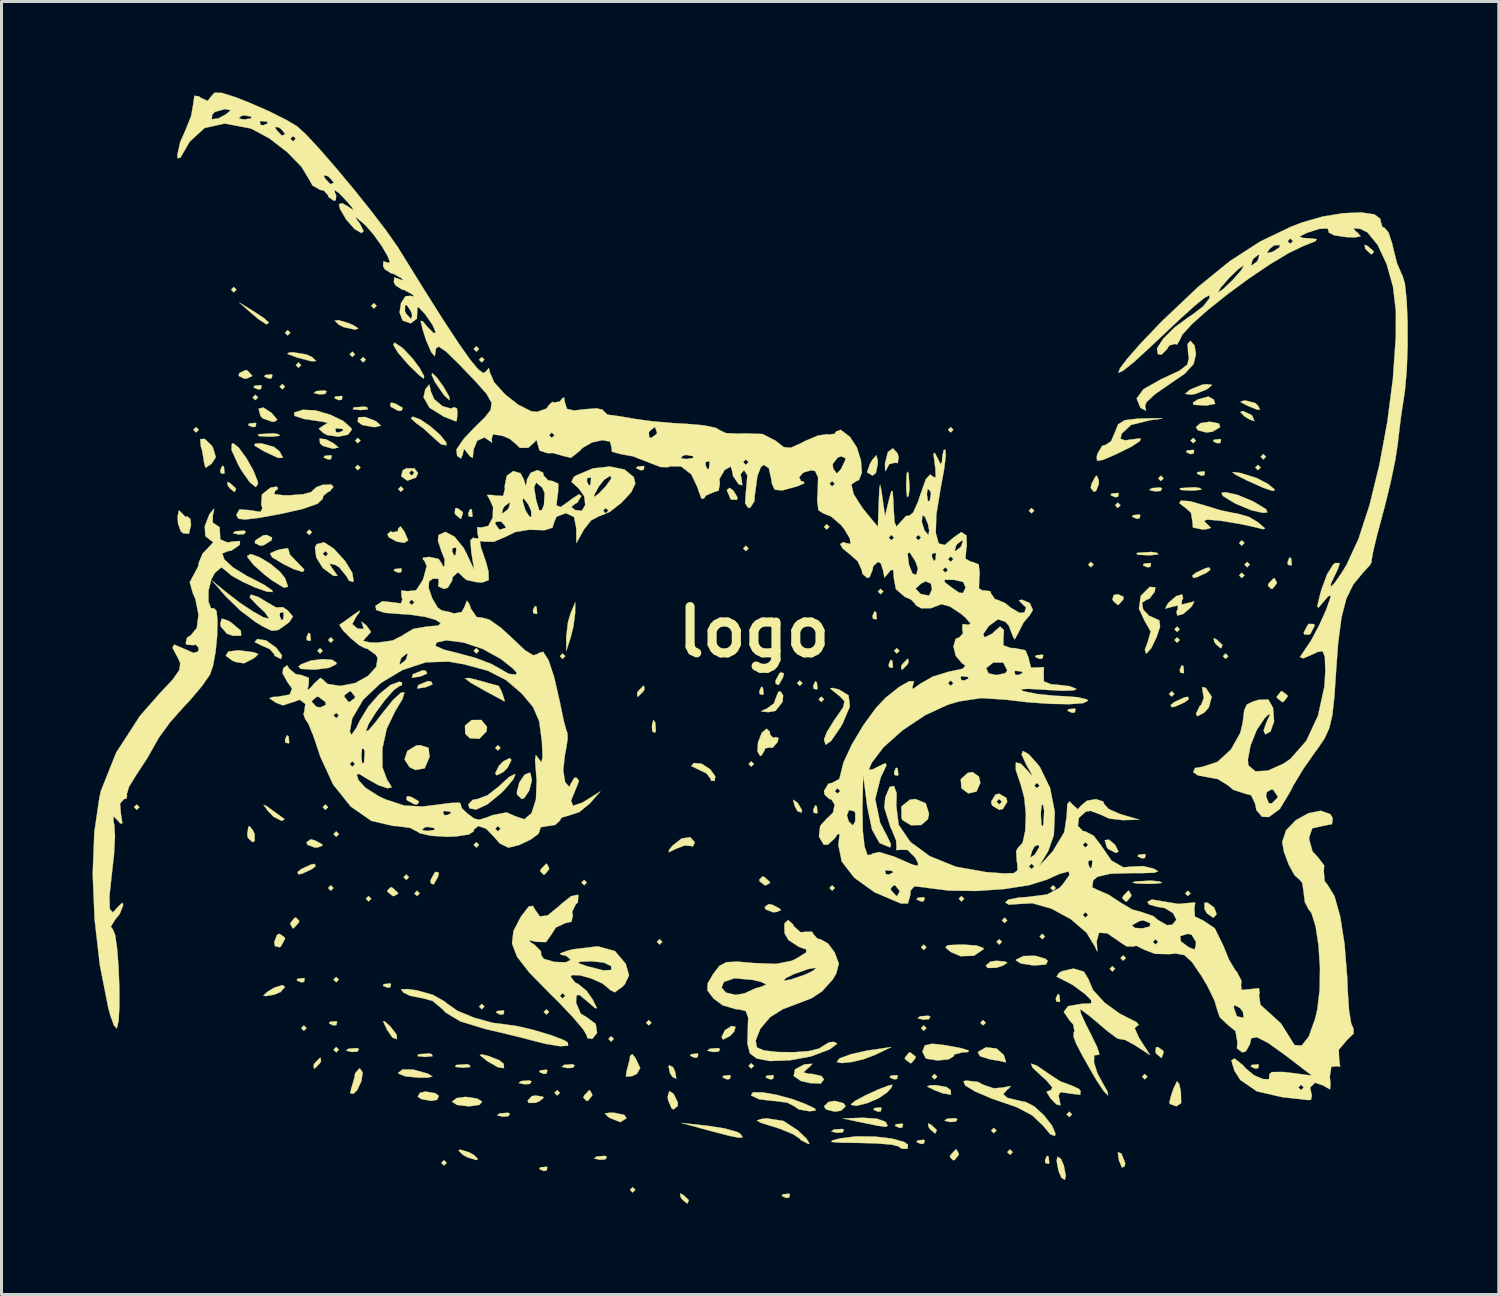
<source format=kicad_pcb>
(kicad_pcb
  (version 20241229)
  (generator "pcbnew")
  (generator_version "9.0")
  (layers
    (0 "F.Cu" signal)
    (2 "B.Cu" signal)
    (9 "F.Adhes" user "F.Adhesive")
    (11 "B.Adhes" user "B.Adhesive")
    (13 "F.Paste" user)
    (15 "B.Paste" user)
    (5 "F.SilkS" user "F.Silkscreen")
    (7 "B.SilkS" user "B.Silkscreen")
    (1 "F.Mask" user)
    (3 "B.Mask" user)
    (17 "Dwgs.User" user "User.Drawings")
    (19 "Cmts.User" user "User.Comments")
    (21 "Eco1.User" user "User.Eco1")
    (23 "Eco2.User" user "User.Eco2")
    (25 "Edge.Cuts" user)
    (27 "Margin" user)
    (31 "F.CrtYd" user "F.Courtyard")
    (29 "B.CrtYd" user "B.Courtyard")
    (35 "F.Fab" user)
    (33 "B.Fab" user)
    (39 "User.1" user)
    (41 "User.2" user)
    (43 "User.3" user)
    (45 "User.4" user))
  (footprint "logo"
    (layer "F.Cu")
    (at 21.794 17.774)
    (property "Reference" "logo" (at 0 0 0) (layer "F.SilkS") (effects (font (size 1.524 1.524) (thickness 0.3))))
    (attr through_hole)
    (fp_poly (pts (xy -20.249 5.773) (xy -20.338 5.862) (xy -20.427 5.773) (xy -20.338 5.684) (xy -20.249 5.773)) (stroke (width 0.01) (type solid)) (fill yes) (layer "F.SilkS"))
    (fp_poly (pts (xy -18.295 -6.661) (xy -18.384 -6.572) (xy -18.473 -6.661) (xy -18.384 -6.75) (xy -18.295 -6.661)) (stroke (width 0.01) (type solid)) (fill yes) (layer "F.SilkS"))
    (fp_poly (pts (xy -17.052 -11.279) (xy -17.141 -11.19) (xy -17.229 -11.279) (xy -17.141 -11.368) (xy -17.052 -11.279)) (stroke (width 0.01) (type solid)) (fill yes) (layer "F.SilkS"))
    (fp_poly (pts (xy -16.341 -7.727) (xy -16.43 -7.638) (xy -16.519 -7.727) (xy -16.43 -7.815) (xy -16.341 -7.727)) (stroke (width 0.01) (type solid)) (fill yes) (layer "F.SilkS"))
    (fp_poly (pts (xy -15.453 -8.082) (xy -15.542 -7.993) (xy -15.631 -8.082) (xy -15.542 -8.171) (xy -15.453 -8.082)) (stroke (width 0.01) (type solid)) (fill yes) (layer "F.SilkS"))
    (fp_poly (pts (xy -15.276 -9.858) (xy -15.364 -9.769) (xy -15.453 -9.858) (xy -15.364 -9.947) (xy -15.276 -9.858)) (stroke (width 0.01) (type solid)) (fill yes) (layer "F.SilkS"))
    (fp_poly (pts (xy -14.92 -8.792) (xy -15.009 -8.703) (xy -15.098 -8.792) (xy -15.009 -8.881) (xy -14.92 -8.792)) (stroke (width 0.01) (type solid)) (fill yes) (layer "F.SilkS"))
    (fp_poly (pts (xy -14.743 13.055) (xy -14.831 13.144) (xy -14.92 13.055) (xy -14.831 12.966) (xy -14.743 13.055)) (stroke (width 0.01) (type solid)) (fill yes) (layer "F.SilkS"))
    (fp_poly (pts (xy -14.565 -3.286) (xy -14.654 -3.197) (xy -14.743 -3.286) (xy -14.654 -3.375) (xy -14.565 -3.286)) (stroke (width 0.01) (type solid)) (fill yes) (layer "F.SilkS"))
    (fp_poly (pts (xy -14.21 0.622) (xy -14.299 0.71) (xy -14.387 0.622) (xy -14.299 0.533) (xy -14.21 0.622)) (stroke (width 0.01) (type solid)) (fill yes) (layer "F.SilkS"))
    (fp_poly (pts (xy -14.032 5.773) (xy -14.121 5.862) (xy -14.21 5.773) (xy -14.121 5.684) (xy -14.032 5.773)) (stroke (width 0.01) (type solid)) (fill yes) (layer "F.SilkS"))
    (fp_poly (pts (xy -13.855 0.266) (xy -13.943 0.355) (xy -14.032 0.266) (xy -13.943 0.178) (xy -13.855 0.266)) (stroke (width 0.01) (type solid)) (fill yes) (layer "F.SilkS"))
    (fp_poly (pts (xy -13.855 8.437) (xy -13.943 8.526) (xy -14.032 8.437) (xy -13.943 8.348) (xy -13.855 8.437)) (stroke (width 0.01) (type solid)) (fill yes) (layer "F.SilkS"))
    (fp_poly (pts (xy -13.677 6.661) (xy -13.766 6.75) (xy -13.855 6.661) (xy -13.766 6.572) (xy -13.677 6.661)) (stroke (width 0.01) (type solid)) (fill yes) (layer "F.SilkS"))
    (fp_poly (pts (xy -13.677 11.457) (xy -13.766 11.545) (xy -13.855 11.457) (xy -13.766 11.368) (xy -13.677 11.457)) (stroke (width 0.01) (type solid)) (fill yes) (layer "F.SilkS"))
    (fp_poly (pts (xy -13.677 13.766) (xy -13.766 13.855) (xy -13.855 13.766) (xy -13.766 13.677) (xy -13.677 13.766)) (stroke (width 0.01) (type solid)) (fill yes) (layer "F.SilkS"))
    (fp_poly (pts (xy -13.144 -9.148) (xy -13.233 -9.059) (xy -13.322 -9.148) (xy -13.233 -9.236) (xy -13.144 -9.148)) (stroke (width 0.01) (type solid)) (fill yes) (layer "F.SilkS"))
    (fp_poly (pts (xy -12.966 -6.306) (xy -13.055 -6.217) (xy -13.144 -6.306) (xy -13.055 -6.394) (xy -12.966 -6.306)) (stroke (width 0.01) (type solid)) (fill yes) (layer "F.SilkS"))
    (fp_poly (pts (xy -12.966 -5.417) (xy -13.055 -5.329) (xy -13.144 -5.417) (xy -13.055 -5.506) (xy -12.966 -5.417)) (stroke (width 0.01) (type solid)) (fill yes) (layer "F.SilkS"))
    (fp_poly (pts (xy -12.789 -8.97) (xy -12.878 -8.881) (xy -12.966 -8.97) (xy -12.878 -9.059) (xy -12.789 -8.97)) (stroke (width 0.01) (type solid)) (fill yes) (layer "F.SilkS"))
    (fp_poly (pts (xy -12.611 8.792) (xy -12.7 8.881) (xy -12.789 8.792) (xy -12.7 8.703) (xy -12.611 8.792)) (stroke (width 0.01) (type solid)) (fill yes) (layer "F.SilkS"))
    (fp_poly (pts (xy -12.434 -10.746) (xy -12.522 -10.657) (xy -12.611 -10.746) (xy -12.522 -10.835) (xy -12.434 -10.746)) (stroke (width 0.01) (type solid)) (fill yes) (layer "F.SilkS"))
    (fp_poly (pts (xy -11.545 -4.707) (xy -11.634 -4.618) (xy -11.723 -4.707) (xy -11.634 -4.796) (xy -11.545 -4.707)) (stroke (width 0.01) (type solid)) (fill yes) (layer "F.SilkS"))
    (fp_poly (pts (xy -11.368 8.082) (xy -11.457 8.171) (xy -11.545 8.082) (xy -11.457 7.993) (xy -11.368 8.082)) (stroke (width 0.01) (type solid)) (fill yes) (layer "F.SilkS"))
    (fp_poly (pts (xy -11.013 8.615) (xy -11.101 8.703) (xy -11.19 8.615) (xy -11.101 8.526) (xy -11.013 8.615)) (stroke (width 0.01) (type solid)) (fill yes) (layer "F.SilkS"))
    (fp_poly (pts (xy -10.124 17.496) (xy -10.213 17.585) (xy -10.302 17.496) (xy -10.213 17.407) (xy -10.124 17.496)) (stroke (width 0.01) (type solid)) (fill yes) (layer "F.SilkS"))
    (fp_poly (pts (xy -9.059 -9.325) (xy -9.148 -9.236) (xy -9.236 -9.325) (xy -9.148 -9.414) (xy -9.059 -9.325)) (stroke (width 0.01) (type solid)) (fill yes) (layer "F.SilkS"))
    (fp_poly (pts (xy -9.059 0.622) (xy -9.148 0.71) (xy -9.236 0.622) (xy -9.148 0.533) (xy -9.059 0.622)) (stroke (width 0.01) (type solid)) (fill yes) (layer "F.SilkS"))
    (fp_poly (pts (xy -9.059 7.016) (xy -9.148 7.105) (xy -9.236 7.016) (xy -9.148 6.927) (xy -9.059 7.016)) (stroke (width 0.01) (type solid)) (fill yes) (layer "F.SilkS"))
    (fp_poly (pts (xy -8.881 -8.97) (xy -8.97 -8.881) (xy -9.059 -8.97) (xy -8.97 -9.059) (xy -8.881 -8.97)) (stroke (width 0.01) (type solid)) (fill yes) (layer "F.SilkS"))
    (fp_poly (pts (xy -8.881 12.345) (xy -8.97 12.434) (xy -9.059 12.345) (xy -8.97 12.256) (xy -8.881 12.345)) (stroke (width 0.01) (type solid)) (fill yes) (layer "F.SilkS"))
    (fp_poly (pts (xy -8.348 3.819) (xy -8.437 3.908) (xy -8.526 3.819) (xy -8.437 3.73) (xy -8.348 3.819)) (stroke (width 0.01) (type solid)) (fill yes) (layer "F.SilkS"))
    (fp_poly (pts (xy -6.75 12.522) (xy -6.838 12.611) (xy -6.927 12.522) (xy -6.838 12.434) (xy -6.75 12.522)) (stroke (width 0.01) (type solid)) (fill yes) (layer "F.SilkS"))
    (fp_poly (pts (xy -6.394 15.187) (xy -6.483 15.276) (xy -6.572 15.187) (xy -6.483 15.098) (xy -6.394 15.187)) (stroke (width 0.01) (type solid)) (fill yes) (layer "F.SilkS"))
    (fp_poly (pts (xy -6.217 0.799) (xy -6.306 0.888) (xy -6.394 0.799) (xy -6.306 0.71) (xy -6.217 0.799)) (stroke (width 0.01) (type solid)) (fill yes) (layer "F.SilkS"))
    (fp_poly (pts (xy -5.506 8.259) (xy -5.595 8.348) (xy -5.684 8.259) (xy -5.595 8.171) (xy -5.506 8.259)) (stroke (width 0.01) (type solid)) (fill yes) (layer "F.SilkS"))
    (fp_poly (pts (xy -4.618 13.41) (xy -4.707 13.499) (xy -4.796 13.41) (xy -4.707 13.322) (xy -4.618 13.41)) (stroke (width 0.01) (type solid)) (fill yes) (layer "F.SilkS"))
    (fp_poly (pts (xy -3.908 18.384) (xy -3.997 18.473) (xy -4.085 18.384) (xy -3.997 18.295) (xy -3.908 18.384)) (stroke (width 0.01) (type solid)) (fill yes) (layer "F.SilkS"))
    (fp_poly (pts (xy -3.375 12.878) (xy -3.464 12.966) (xy -3.552 12.878) (xy -3.464 12.789) (xy -3.375 12.878)) (stroke (width 0.01) (type solid)) (fill yes) (layer "F.SilkS"))
    (fp_poly (pts (xy -3.02 10.213) (xy -3.108 10.302) (xy -3.197 10.213) (xy -3.108 10.124) (xy -3.02 10.213)) (stroke (width 0.01) (type solid)) (fill yes) (layer "F.SilkS"))
    (fp_poly (pts (xy -0.178 -2.753) (xy -0.266 -2.664) (xy -0.355 -2.753) (xy -0.266 -2.842) (xy -0.178 -2.753)) (stroke (width 0.01) (type solid)) (fill yes) (layer "F.SilkS"))
    (fp_poly (pts (xy 0 4.352) (xy -0.089 4.441) (xy -0.178 4.352) (xy -0.089 4.263) (xy 0 4.352)) (stroke (width 0.01) (type solid)) (fill yes) (layer "F.SilkS"))
    (fp_poly (pts (xy 0 14.299) (xy -0.089 14.387) (xy -0.178 14.299) (xy -0.089 14.21) (xy 0 14.299)) (stroke (width 0.01) (type solid)) (fill yes) (layer "F.SilkS"))
    (fp_poly (pts (xy 1.599 1.687) (xy 1.51 1.776) (xy 1.421 1.687) (xy 1.51 1.599) (xy 1.599 1.687)) (stroke (width 0.01) (type solid)) (fill yes) (layer "F.SilkS"))
    (fp_poly (pts (xy 2.309 2.22) (xy 2.22 2.309) (xy 2.131 2.22) (xy 2.22 2.131) (xy 2.309 2.22)) (stroke (width 0.01) (type solid)) (fill yes) (layer "F.SilkS"))
    (fp_poly (pts (xy 2.487 -3.464) (xy 2.398 -3.375) (xy 2.309 -3.464) (xy 2.398 -3.552) (xy 2.487 -3.464)) (stroke (width 0.01) (type solid)) (fill yes) (layer "F.SilkS"))
    (fp_poly (pts (xy 2.664 8.437) (xy 2.576 8.526) (xy 2.487 8.437) (xy 2.576 8.348) (xy 2.664 8.437)) (stroke (width 0.01) (type solid)) (fill yes) (layer "F.SilkS"))
    (fp_poly (pts (xy 4.263 -1.332) (xy 4.174 -1.243) (xy 4.085 -1.332) (xy 4.174 -1.421) (xy 4.263 -1.332)) (stroke (width 0.01) (type solid)) (fill yes) (layer "F.SilkS"))
    (fp_poly (pts (xy 4.796 0.622) (xy 4.707 0.71) (xy 4.618 0.622) (xy 4.707 0.533) (xy 4.796 0.622)) (stroke (width 0.01) (type solid)) (fill yes) (layer "F.SilkS"))
    (fp_poly (pts (xy 5.684 10.391) (xy 5.595 10.48) (xy 5.506 10.391) (xy 5.595 10.302) (xy 5.684 10.391)) (stroke (width 0.01) (type solid)) (fill yes) (layer "F.SilkS"))
    (fp_poly (pts (xy 5.684 13.055) (xy 5.595 13.144) (xy 5.506 13.055) (xy 5.595 12.966) (xy 5.684 13.055)) (stroke (width 0.01) (type solid)) (fill yes) (layer "F.SilkS"))
    (fp_poly (pts (xy 6.039 14.654) (xy 5.95 14.743) (xy 5.862 14.654) (xy 5.95 14.565) (xy 6.039 14.654)) (stroke (width 0.01) (type solid)) (fill yes) (layer "F.SilkS"))
    (fp_poly (pts (xy 6.572 -6.661) (xy 6.483 -6.572) (xy 6.394 -6.661) (xy 6.483 -6.75) (xy 6.572 -6.661)) (stroke (width 0.01) (type solid)) (fill yes) (layer "F.SilkS"))
    (fp_poly (pts (xy 6.927 8.792) (xy 6.838 8.881) (xy 6.75 8.792) (xy 6.838 8.703) (xy 6.927 8.792)) (stroke (width 0.01) (type solid)) (fill yes) (layer "F.SilkS"))
    (fp_poly (pts (xy 7.638 12.878) (xy 7.549 12.966) (xy 7.46 12.878) (xy 7.549 12.789) (xy 7.638 12.878)) (stroke (width 0.01) (type solid)) (fill yes) (layer "F.SilkS"))
    (fp_poly (pts (xy 7.993 16.43) (xy 7.904 16.519) (xy 7.815 16.43) (xy 7.904 16.341) (xy 7.993 16.43)) (stroke (width 0.01) (type solid)) (fill yes) (layer "F.SilkS"))
    (fp_poly (pts (xy 8.171 10.213) (xy 8.082 10.302) (xy 7.993 10.213) (xy 8.082 10.124) (xy 8.171 10.213)) (stroke (width 0.01) (type solid)) (fill yes) (layer "F.SilkS"))
    (fp_poly (pts (xy 8.348 9.503) (xy 8.259 9.592) (xy 8.171 9.503) (xy 8.259 9.414) (xy 8.348 9.503)) (stroke (width 0.01) (type solid)) (fill yes) (layer "F.SilkS"))
    (fp_poly (pts (xy 8.526 17.141) (xy 8.437 17.229) (xy 8.348 17.141) (xy 8.437 17.052) (xy 8.526 17.141)) (stroke (width 0.01) (type solid)) (fill yes) (layer "F.SilkS"))
    (fp_poly (pts (xy 9.236 -3.997) (xy 9.148 -3.908) (xy 9.059 -3.997) (xy 9.148 -4.085) (xy 9.236 -3.997)) (stroke (width 0.01) (type solid)) (fill yes) (layer "F.SilkS"))
    (fp_poly (pts (xy 9.592 10.036) (xy 9.503 10.124) (xy 9.414 10.036) (xy 9.503 9.947) (xy 9.592 10.036)) (stroke (width 0.01) (type solid)) (fill yes) (layer "F.SilkS"))
    (fp_poly (pts (xy 9.947 8.437) (xy 9.858 8.526) (xy 9.769 8.437) (xy 9.858 8.348) (xy 9.947 8.437)) (stroke (width 0.01) (type solid)) (fill yes) (layer "F.SilkS"))
    (fp_poly (pts (xy 10.48 15.897) (xy 10.391 15.986) (xy 10.302 15.897) (xy 10.391 15.808) (xy 10.48 15.897)) (stroke (width 0.01) (type solid)) (fill yes) (layer "F.SilkS"))
    (fp_poly (pts (xy 11.19 -2.22) (xy 11.101 -2.131) (xy 11.013 -2.22) (xy 11.101 -2.309) (xy 11.19 -2.22)) (stroke (width 0.01) (type solid)) (fill yes) (layer "F.SilkS"))
    (fp_poly (pts (xy 11.901 11.101) (xy 11.812 11.19) (xy 11.723 11.101) (xy 11.812 11.013) (xy 11.901 11.101)) (stroke (width 0.01) (type solid)) (fill yes) (layer "F.SilkS"))
    (fp_poly (pts (xy 12.078 -4.174) (xy 11.99 -4.085) (xy 11.901 -4.174) (xy 11.99 -4.263) (xy 12.078 -4.174)) (stroke (width 0.01) (type solid)) (fill yes) (layer "F.SilkS"))
    (fp_poly (pts (xy 12.256 10.746) (xy 12.167 10.835) (xy 12.078 10.746) (xy 12.167 10.657) (xy 12.256 10.746)) (stroke (width 0.01) (type solid)) (fill yes) (layer "F.SilkS"))
    (fp_poly (pts (xy 12.966 14.654) (xy 12.878 14.743) (xy 12.789 14.654) (xy 12.878 14.565) (xy 12.966 14.654)) (stroke (width 0.01) (type solid)) (fill yes) (layer "F.SilkS"))
    (fp_poly (pts (xy 13.499 -5.062) (xy 13.41 -4.973) (xy 13.322 -5.062) (xy 13.41 -5.151) (xy 13.499 -5.062)) (stroke (width 0.01) (type solid)) (fill yes) (layer "F.SilkS"))
    (fp_poly (pts (xy 13.855 2.043) (xy 13.766 2.131) (xy 13.677 2.043) (xy 13.766 1.954) (xy 13.855 2.043)) (stroke (width 0.01) (type solid)) (fill yes) (layer "F.SilkS"))
    (fp_poly (pts (xy 14.032 -0.089) (xy 13.943 0) (xy 13.855 -0.089) (xy 13.943 -0.178) (xy 14.032 -0.089)) (stroke (width 0.01) (type solid)) (fill yes) (layer "F.SilkS"))
    (fp_poly (pts (xy 14.032 0.266) (xy 13.943 0.355) (xy 13.855 0.266) (xy 13.943 0.178) (xy 14.032 0.266)) (stroke (width 0.01) (type solid)) (fill yes) (layer "F.SilkS"))
    (fp_poly (pts (xy 14.387 8.615) (xy 14.299 8.703) (xy 14.21 8.615) (xy 14.299 8.526) (xy 14.387 8.615)) (stroke (width 0.01) (type solid)) (fill yes) (layer "F.SilkS"))
    (fp_poly (pts (xy 14.565 -6.306) (xy 14.476 -6.217) (xy 14.387 -6.306) (xy 14.476 -6.394) (xy 14.565 -6.306)) (stroke (width 0.01) (type solid)) (fill yes) (layer "F.SilkS"))
    (fp_poly (pts (xy 15.631 0.799) (xy 15.542 0.888) (xy 15.453 0.799) (xy 15.542 0.71) (xy 15.631 0.799)) (stroke (width 0.01) (type solid)) (fill yes) (layer "F.SilkS"))
    (fp_poly (pts (xy 16.164 -2.931) (xy 16.075 -2.842) (xy 15.986 -2.931) (xy 16.075 -3.02) (xy 16.164 -2.931)) (stroke (width 0.01) (type solid)) (fill yes) (layer "F.SilkS"))
    (fp_poly (pts (xy 16.164 -1.865) (xy 16.075 -1.776) (xy 15.986 -1.865) (xy 16.075 -1.954) (xy 16.164 -1.865)) (stroke (width 0.01) (type solid)) (fill yes) (layer "F.SilkS"))
    (fp_poly (pts (xy 16.341 -2.22) (xy 16.252 -2.131) (xy 16.164 -2.22) (xy 16.252 -2.309) (xy 16.341 -2.22)) (stroke (width 0.01) (type solid)) (fill yes) (layer "F.SilkS"))
    (fp_poly (pts (xy 16.697 -5.417) (xy 16.608 -5.329) (xy 16.519 -5.417) (xy 16.608 -5.506) (xy 16.697 -5.417)) (stroke (width 0.01) (type solid)) (fill yes) (layer "F.SilkS"))
    (fp_poly (pts (xy 16.874 -5.773) (xy 16.785 -5.684) (xy 16.697 -5.773) (xy 16.785 -5.862) (xy 16.874 -5.773)) (stroke (width 0.01) (type solid)) (fill yes) (layer "F.SilkS"))
    (fp_poly (pts (xy -17.466 -5.447) (xy -17.445 -5.236) (xy -17.466 -5.21) (xy -17.572 -5.235) (xy -17.585 -5.329) (xy -17.52 -5.475) (xy -17.466 -5.447)) (stroke (width 0.01) (type solid)) (fill yes) (layer "F.SilkS"))
    (fp_poly (pts (xy -16.745 -3.305) (xy -16.798 -3.224) (xy -16.978 -3.211) (xy -17.167 -3.255) (xy -17.085 -3.319) (xy -16.807 -3.34) (xy -16.745 -3.305)) (stroke (width 0.01) (type solid)) (fill yes) (layer "F.SilkS"))
    (fp_poly (pts (xy -16.4 -6.868) (xy -16.425 -6.762) (xy -16.519 -6.75) (xy -16.665 -6.815) (xy -16.637 -6.868) (xy -16.427 -6.889) (xy -16.4 -6.868)) (stroke (width 0.01) (type solid)) (fill yes) (layer "F.SilkS"))
    (fp_poly (pts (xy -16.223 -8.111) (xy -16.247 -8.006) (xy -16.341 -7.993) (xy -16.487 -8.058) (xy -16.46 -8.111) (xy -16.249 -8.133) (xy -16.223 -8.111)) (stroke (width 0.01) (type solid)) (fill yes) (layer "F.SilkS"))
    (fp_poly (pts (xy -15.868 -8.467) (xy -15.892 -8.361) (xy -15.986 -8.348) (xy -16.132 -8.413) (xy -16.104 -8.467) (xy -15.894 -8.488) (xy -15.868 -8.467)) (stroke (width 0.01) (type solid)) (fill yes) (layer "F.SilkS"))
    (fp_poly (pts (xy -15.335 3.434) (xy -15.313 3.645) (xy -15.335 3.671) (xy -15.44 3.646) (xy -15.453 3.552) (xy -15.388 3.406) (xy -15.335 3.434)) (stroke (width 0.01) (type solid)) (fill yes) (layer "F.SilkS"))
    (fp_poly (pts (xy -14.802 11.427) (xy -14.826 11.533) (xy -14.92 11.545) (xy -15.066 11.48) (xy -15.039 11.427) (xy -14.828 11.406) (xy -14.802 11.427)) (stroke (width 0.01) (type solid)) (fill yes) (layer "F.SilkS"))
    (fp_poly (pts (xy -14.624 0.059) (xy -14.603 0.27) (xy -14.624 0.296) (xy -14.73 0.272) (xy -14.743 0.178) (xy -14.678 0.031) (xy -14.624 0.059)) (stroke (width 0.01) (type solid)) (fill yes) (layer "F.SilkS"))
    (fp_poly (pts (xy -14.08 -7.923) (xy -14.133 -7.842) (xy -14.313 -7.829) (xy -14.503 -7.873) (xy -14.421 -7.937) (xy -14.143 -7.958) (xy -14.08 -7.923)) (stroke (width 0.01) (type solid)) (fill yes) (layer "F.SilkS"))
    (fp_poly (pts (xy -13.914 -5.802) (xy -13.938 -5.697) (xy -14.032 -5.684) (xy -14.178 -5.749) (xy -14.151 -5.802) (xy -13.94 -5.824) (xy -13.914 -5.802)) (stroke (width 0.01) (type solid)) (fill yes) (layer "F.SilkS"))
    (fp_poly (pts (xy -13.736 12.848) (xy -13.761 12.954) (xy -13.855 12.966) (xy -14.001 12.901) (xy -13.973 12.848) (xy -13.762 12.827) (xy -13.736 12.848)) (stroke (width 0.01) (type solid)) (fill yes) (layer "F.SilkS"))
    (fp_poly (pts (xy -13.559 -7.756) (xy -13.583 -7.651) (xy -13.677 -7.638) (xy -13.823 -7.703) (xy -13.795 -7.756) (xy -13.585 -7.777) (xy -13.559 -7.756)) (stroke (width 0.01) (type solid)) (fill yes) (layer "F.SilkS"))
    (fp_poly (pts (xy -13.015 13.747) (xy -13.068 13.828) (xy -13.248 13.841) (xy -13.437 13.797) (xy -13.355 13.733) (xy -13.077 13.712) (xy -13.015 13.747)) (stroke (width 0.01) (type solid)) (fill yes) (layer "F.SilkS"))
    (fp_poly (pts (xy -12.744 -7.4) (xy -12.722 -7.335) (xy -12.966 -7.311) (xy -13.219 -7.338) (xy -13.188 -7.4) (xy -12.825 -7.424) (xy -12.744 -7.4)) (stroke (width 0.01) (type solid)) (fill yes) (layer "F.SilkS"))
    (fp_poly (pts (xy -11.96 11.605) (xy -11.984 11.71) (xy -12.078 11.723) (xy -12.225 11.658) (xy -12.197 11.605) (xy -11.986 11.583) (xy -11.96 11.605)) (stroke (width 0.01) (type solid)) (fill yes) (layer "F.SilkS"))
    (fp_poly (pts (xy -11.605 -2.072) (xy -11.629 -1.967) (xy -11.723 -1.954) (xy -11.869 -2.019) (xy -11.841 -2.072) (xy -11.631 -2.094) (xy -11.605 -2.072)) (stroke (width 0.01) (type solid)) (fill yes) (layer "F.SilkS"))
    (fp_poly (pts (xy -10.613 13.915) (xy -10.591 13.979) (xy -10.835 14.004) (xy -11.087 13.976) (xy -11.057 13.915) (xy -10.693 13.891) (xy -10.613 13.915)) (stroke (width 0.01) (type solid)) (fill yes) (layer "F.SilkS"))
    (fp_poly (pts (xy -9.37 14.27) (xy -9.347 14.335) (xy -9.592 14.359) (xy -9.844 14.331) (xy -9.814 14.27) (xy -9.45 14.246) (xy -9.37 14.27)) (stroke (width 0.01) (type solid)) (fill yes) (layer "F.SilkS"))
    (fp_poly (pts (xy -9.296 -4.026) (xy -9.274 -3.815) (xy -9.296 -3.789) (xy -9.401 -3.814) (xy -9.414 -3.908) (xy -9.349 -4.054) (xy -9.296 -4.026)) (stroke (width 0.01) (type solid)) (fill yes) (layer "F.SilkS"))
    (fp_poly (pts (xy -8.23 12.493) (xy -8.254 12.598) (xy -8.348 12.611) (xy -8.494 12.546) (xy -8.467 12.493) (xy -8.256 12.472) (xy -8.23 12.493)) (stroke (width 0.01) (type solid)) (fill yes) (layer "F.SilkS"))
    (fp_poly (pts (xy -8.041 15.879) (xy -8.094 15.959) (xy -8.274 15.972) (xy -8.464 15.929) (xy -8.382 15.865) (xy -8.104 15.844) (xy -8.041 15.879)) (stroke (width 0.01) (type solid)) (fill yes) (layer "F.SilkS"))
    (fp_poly (pts (xy -7.331 14.813) (xy -7.384 14.894) (xy -7.564 14.906) (xy -7.753 14.863) (xy -7.671 14.799) (xy -7.393 14.778) (xy -7.331 14.813)) (stroke (width 0.01) (type solid)) (fill yes) (layer "F.SilkS"))
    (fp_poly (pts (xy -7.164 -0.829) (xy -7.143 -0.618) (xy -7.164 -0.592) (xy -7.27 -0.616) (xy -7.283 -0.71) (xy -7.218 -0.857) (xy -7.164 -0.829)) (stroke (width 0.01) (type solid)) (fill yes) (layer "F.SilkS"))
    (fp_poly (pts (xy -6.809 14.447) (xy -6.833 14.552) (xy -6.927 14.565) (xy -7.073 14.5) (xy -7.046 14.447) (xy -6.835 14.425) (xy -6.809 14.447)) (stroke (width 0.01) (type solid)) (fill yes) (layer "F.SilkS"))
    (fp_poly (pts (xy -6.809 17.644) (xy -6.833 17.749) (xy -6.927 17.762) (xy -7.073 17.697) (xy -7.046 17.644) (xy -6.835 17.623) (xy -6.809 17.644)) (stroke (width 0.01) (type solid)) (fill yes) (layer "F.SilkS"))
    (fp_poly (pts (xy -5.91 14.28) (xy -5.963 14.361) (xy -6.143 14.373) (xy -6.332 14.33) (xy -6.25 14.266) (xy -5.972 14.245) (xy -5.91 14.28)) (stroke (width 0.01) (type solid)) (fill yes) (layer "F.SilkS"))
    (fp_poly (pts (xy -4.844 17.3) (xy -4.897 17.38) (xy -5.077 17.393) (xy -5.267 17.35) (xy -5.184 17.286) (xy -4.907 17.264) (xy -4.844 17.3)) (stroke (width 0.01) (type solid)) (fill yes) (layer "F.SilkS"))
    (fp_poly (pts (xy -3.612 -5.447) (xy -3.636 -5.341) (xy -3.73 -5.329) (xy -3.876 -5.394) (xy -3.848 -5.447) (xy -3.638 -5.468) (xy -3.612 -5.447)) (stroke (width 0.01) (type solid)) (fill yes) (layer "F.SilkS"))
    (fp_poly (pts (xy -3.253 2.986) (xy -3.232 3.264) (xy -3.268 3.327) (xy -3.348 3.274) (xy -3.361 3.094) (xy -3.317 2.904) (xy -3.253 2.986)) (stroke (width 0.01) (type solid)) (fill yes) (layer "F.SilkS"))
    (fp_poly (pts (xy -1.835 13.914) (xy -1.86 14.019) (xy -1.954 14.032) (xy -2.1 13.967) (xy -2.072 13.914) (xy -1.861 13.892) (xy -1.835 13.914)) (stroke (width 0.01) (type solid)) (fill yes) (layer "F.SilkS"))
    (fp_poly (pts (xy -1.114 13.747) (xy -1.167 13.828) (xy -1.347 13.841) (xy -1.536 13.797) (xy -1.454 13.733) (xy -1.177 13.712) (xy -1.114 13.747)) (stroke (width 0.01) (type solid)) (fill yes) (layer "F.SilkS"))
    (fp_poly (pts (xy -0.77 14.624) (xy -0.794 14.73) (xy -0.888 14.743) (xy -1.034 14.678) (xy -1.007 14.624) (xy -0.796 14.603) (xy -0.77 14.624)) (stroke (width 0.01) (type solid)) (fill yes) (layer "F.SilkS"))
    (fp_poly (pts (xy 0.296 1.835) (xy 0.317 2.046) (xy 0.296 2.072) (xy 0.19 2.048) (xy 0.178 1.954) (xy 0.243 1.808) (xy 0.296 1.835)) (stroke (width 0.01) (type solid)) (fill yes) (layer "F.SilkS"))
    (fp_poly (pts (xy 0.651 14.624) (xy 0.627 14.73) (xy 0.533 14.743) (xy 0.387 14.678) (xy 0.414 14.624) (xy 0.625 14.603) (xy 0.651 14.624)) (stroke (width 0.01) (type solid)) (fill yes) (layer "F.SilkS"))
    (fp_poly (pts (xy 1.184 18.532) (xy 1.16 18.638) (xy 1.066 18.65) (xy 0.92 18.585) (xy 0.947 18.532) (xy 1.158 18.511) (xy 1.184 18.532)) (stroke (width 0.01) (type solid)) (fill yes) (layer "F.SilkS"))
    (fp_poly (pts (xy 2.072 1.658) (xy 2.094 1.869) (xy 2.072 1.895) (xy 1.967 1.87) (xy 1.954 1.776) (xy 2.019 1.63) (xy 2.072 1.658)) (stroke (width 0.01) (type solid)) (fill yes) (layer "F.SilkS"))
    (fp_poly (pts (xy 2.072 5.743) (xy 2.094 5.954) (xy 2.072 5.98) (xy 1.967 5.956) (xy 1.954 5.862) (xy 2.019 5.715) (xy 2.072 5.743)) (stroke (width 0.01) (type solid)) (fill yes) (layer "F.SilkS"))
    (fp_poly (pts (xy 2.971 16.412) (xy 2.919 16.492) (xy 2.738 16.505) (xy 2.549 16.461) (xy 2.631 16.398) (xy 2.909 16.376) (xy 2.971 16.412)) (stroke (width 0.01) (type solid)) (fill yes) (layer "F.SilkS"))
    (fp_poly (pts (xy 4.026 -0.651) (xy 4.047 -0.44) (xy 4.026 -0.414) (xy 3.921 -0.439) (xy 3.908 -0.533) (xy 3.973 -0.679) (xy 4.026 -0.651)) (stroke (width 0.01) (type solid)) (fill yes) (layer "F.SilkS"))
    (fp_poly (pts (xy 4.204 15.69) (xy 4.179 15.796) (xy 4.085 15.808) (xy 3.939 15.743) (xy 3.967 15.69) (xy 4.178 15.669) (xy 4.204 15.69)) (stroke (width 0.01) (type solid)) (fill yes) (layer "F.SilkS"))
    (fp_poly (pts (xy 4.559 0.947) (xy 4.58 1.158) (xy 4.559 1.184) (xy 4.453 1.16) (xy 4.441 1.066) (xy 4.506 0.92) (xy 4.559 0.947)) (stroke (width 0.01) (type solid)) (fill yes) (layer "F.SilkS"))
    (fp_poly (pts (xy 4.737 4.5) (xy 4.758 4.711) (xy 4.737 4.737) (xy 4.631 4.712) (xy 4.618 4.618) (xy 4.683 4.472) (xy 4.737 4.5)) (stroke (width 0.01) (type solid)) (fill yes) (layer "F.SilkS"))
    (fp_poly (pts (xy 4.737 14.624) (xy 4.712 14.73) (xy 4.618 14.743) (xy 4.472 14.678) (xy 4.5 14.624) (xy 4.711 14.603) (xy 4.737 14.624)) (stroke (width 0.01) (type solid)) (fill yes) (layer "F.SilkS"))
    (fp_poly (pts (xy 4.914 16.223) (xy 4.89 16.328) (xy 4.796 16.341) (xy 4.65 16.276) (xy 4.677 16.223) (xy 4.888 16.202) (xy 4.914 16.223)) (stroke (width 0.01) (type solid)) (fill yes) (layer "F.SilkS"))
    (fp_poly (pts (xy 5.625 8.763) (xy 5.6 8.868) (xy 5.506 8.881) (xy 5.36 8.816) (xy 5.388 8.763) (xy 5.599 8.741) (xy 5.625 8.763)) (stroke (width 0.01) (type solid)) (fill yes) (layer "F.SilkS"))
    (fp_poly (pts (xy 5.625 16.756) (xy 5.6 16.861) (xy 5.506 16.874) (xy 5.36 16.809) (xy 5.388 16.756) (xy 5.599 16.734) (xy 5.625 16.756)) (stroke (width 0.01) (type solid)) (fill yes) (layer "F.SilkS"))
    (fp_poly (pts (xy 5.813 12.681) (xy 5.76 12.762) (xy 5.58 12.775) (xy 5.391 12.731) (xy 5.473 12.667) (xy 5.751 12.646) (xy 5.813 12.681)) (stroke (width 0.01) (type solid)) (fill yes) (layer "F.SilkS"))
    (fp_poly (pts (xy 6.702 16.056) (xy 6.649 16.137) (xy 6.468 16.15) (xy 6.279 16.106) (xy 6.361 16.042) (xy 6.639 16.021) (xy 6.702 16.056)) (stroke (width 0.01) (type solid)) (fill yes) (layer "F.SilkS"))
    (fp_poly (pts (xy 9.532 0.77) (xy 9.508 0.875) (xy 9.414 0.888) (xy 9.268 0.823) (xy 9.296 0.77) (xy 9.506 0.748) (xy 9.532 0.77)) (stroke (width 0.01) (type solid)) (fill yes) (layer "F.SilkS"))
    (fp_poly (pts (xy 9.71 17.289) (xy 9.731 17.499) (xy 9.71 17.525) (xy 9.604 17.501) (xy 9.592 17.407) (xy 9.657 17.261) (xy 9.71 17.289)) (stroke (width 0.01) (type solid)) (fill yes) (layer "F.SilkS"))
    (fp_poly (pts (xy 10.065 11.96) (xy 10.087 12.171) (xy 10.065 12.197) (xy 9.96 12.172) (xy 9.947 12.078) (xy 10.012 11.932) (xy 10.065 11.96)) (stroke (width 0.01) (type solid)) (fill yes) (layer "F.SilkS"))
    (fp_poly (pts (xy 10.598 2.546) (xy 10.574 2.652) (xy 10.48 2.664) (xy 10.334 2.599) (xy 10.361 2.546) (xy 10.572 2.525) (xy 10.598 2.546)) (stroke (width 0.01) (type solid)) (fill yes) (layer "F.SilkS"))
    (fp_poly (pts (xy 12.019 -4.559) (xy 11.995 -4.453) (xy 11.901 -4.441) (xy 11.754 -4.506) (xy 11.782 -4.559) (xy 11.993 -4.58) (xy 12.019 -4.559)) (stroke (width 0.01) (type solid)) (fill yes) (layer "F.SilkS"))
    (fp_poly (pts (xy 12.73 -3.848) (xy 12.705 -3.743) (xy 12.611 -3.73) (xy 12.465 -3.795) (xy 12.493 -3.848) (xy 12.704 -3.87) (xy 12.73 -3.848)) (stroke (width 0.01) (type solid)) (fill yes) (layer "F.SilkS"))
    (fp_poly (pts (xy 12.907 7.342) (xy 12.883 7.447) (xy 12.789 7.46) (xy 12.643 7.395) (xy 12.67 7.342) (xy 12.881 7.32) (xy 12.907 7.342)) (stroke (width 0.01) (type solid)) (fill yes) (layer "F.SilkS"))
    (fp_poly (pts (xy 13.085 -2.25) (xy 13.06 -2.144) (xy 12.966 -2.131) (xy 12.82 -2.196) (xy 12.848 -2.25) (xy 13.059 -2.271) (xy 13.085 -2.25)) (stroke (width 0.01) (type solid)) (fill yes) (layer "F.SilkS"))
    (fp_poly (pts (xy 13.451 -4.725) (xy 13.398 -4.645) (xy 13.218 -4.632) (xy 13.029 -4.676) (xy 13.111 -4.74) (xy 13.388 -4.761) (xy 13.451 -4.725)) (stroke (width 0.01) (type solid)) (fill yes) (layer "F.SilkS"))
    (fp_poly (pts (xy 14.151 1.125) (xy 14.172 1.336) (xy 14.151 1.362) (xy 14.045 1.337) (xy 14.032 1.243) (xy 14.097 1.097) (xy 14.151 1.125)) (stroke (width 0.01) (type solid)) (fill yes) (layer "F.SilkS"))
    (fp_poly (pts (xy 14.506 -5.98) (xy 14.481 -5.874) (xy 14.387 -5.862) (xy 14.241 -5.927) (xy 14.269 -5.98) (xy 14.48 -6.001) (xy 14.506 -5.98)) (stroke (width 0.01) (type solid)) (fill yes) (layer "F.SilkS"))
    (fp_poly (pts (xy 14.861 -5.269) (xy 14.837 -5.164) (xy 14.743 -5.151) (xy 14.596 -5.216) (xy 14.624 -5.269) (xy 14.835 -5.291) (xy 14.861 -5.269)) (stroke (width 0.01) (type solid)) (fill yes) (layer "F.SilkS"))
    (fp_poly (pts (xy 15.394 -6.335) (xy 15.37 -6.23) (xy 15.276 -6.217) (xy 15.129 -6.282) (xy 15.157 -6.335) (xy 15.368 -6.356) (xy 15.394 -6.335)) (stroke (width 0.01) (type solid)) (fill yes) (layer "F.SilkS"))
    (fp_poly (pts (xy 16.637 14.269) (xy 16.613 14.375) (xy 16.519 14.387) (xy 16.373 14.322) (xy 16.4 14.269) (xy 16.611 14.248) (xy 16.637 14.269)) (stroke (width 0.01) (type solid)) (fill yes) (layer "F.SilkS"))
    (fp_poly (pts (xy 17.703 -2.428) (xy 17.724 -2.217) (xy 17.703 -2.191) (xy 17.597 -2.215) (xy 17.585 -2.309) (xy 17.65 -2.455) (xy 17.703 -2.428)) (stroke (width 0.01) (type solid)) (fill yes) (layer "F.SilkS"))
    (fp_poly (pts (xy -17.257 -4.902) (xy -17.066 -4.723) (xy -17.105 -4.62) (xy -17.13 -4.618) (xy -17.28 -4.744) (xy -17.335 -4.823) (xy -17.356 -4.945) (xy -17.257 -4.902)) (stroke (width 0.01) (type solid)) (fill yes) (layer "F.SilkS"))
    (fp_poly (pts (xy -16.684 -8.607) (xy -16.527 -8.436) (xy -16.706 -8.352) (xy -16.796 -8.348) (xy -16.979 -8.436) (xy -16.961 -8.529) (xy -16.748 -8.631) (xy -16.684 -8.607)) (stroke (width 0.01) (type solid)) (fill yes) (layer "F.SilkS"))
    (fp_poly (pts (xy -12.161 12.836) (xy -11.976 13.007) (xy -11.772 13.274) (xy -11.764 13.421) (xy -11.911 13.368) (xy -12.085 13.115) (xy -12.22 12.833) (xy -12.161 12.836)) (stroke (width 0.01) (type solid)) (fill yes) (layer "F.SilkS"))
    (fp_poly (pts (xy -11.821 -7.528) (xy -11.571 -7.385) (xy -11.613 -7.292) (xy -11.713 -7.283) (xy -11.953 -7.412) (xy -11.988 -7.458) (xy -11.96 -7.559) (xy -11.821 -7.528)) (stroke (width 0.01) (type solid)) (fill yes) (layer "F.SilkS"))
    (fp_poly (pts (xy -11.288 5.439) (xy -11.038 5.582) (xy -11.08 5.675) (xy -11.18 5.684) (xy -11.421 5.555) (xy -11.455 5.508) (xy -11.427 5.407) (xy -11.288 5.439)) (stroke (width 0.01) (type solid)) (fill yes) (layer "F.SilkS"))
    (fp_poly (pts (xy -10.811 1.281) (xy -10.769 1.373) (xy -10.998 1.469) (xy -11.273 1.509) (xy -11.24 1.399) (xy -11.231 1.391) (xy -10.924 1.266) (xy -10.811 1.281)) (stroke (width 0.01) (type solid)) (fill yes) (layer "F.SilkS"))
    (fp_poly (pts (xy -10.633 1.636) (xy -10.592 1.728) (xy -10.821 1.824) (xy -11.095 1.864) (xy -11.062 1.755) (xy -11.054 1.746) (xy -10.747 1.621) (xy -10.633 1.636)) (stroke (width 0.01) (type solid)) (fill yes) (layer "F.SilkS"))
    (fp_poly (pts (xy -10.381 7.934) (xy -10.412 8.073) (xy -10.555 8.323) (xy -10.648 8.281) (xy -10.657 8.181) (xy -10.528 7.94) (xy -10.482 7.905) (xy -10.381 7.934)) (stroke (width 0.01) (type solid)) (fill yes) (layer "F.SilkS"))
    (fp_poly (pts (xy -2.67 14.339) (xy -2.603 14.469) (xy -2.558 14.719) (xy -2.677 14.67) (xy -2.76 14.553) (xy -2.815 14.321) (xy -2.793 14.279) (xy -2.67 14.339)) (stroke (width 0.01) (type solid)) (fill yes) (layer "F.SilkS"))
    (fp_poly (pts (xy -2.337 18.545) (xy -2.146 18.723) (xy -2.185 18.826) (xy -2.21 18.828) (xy -2.36 18.702) (xy -2.415 18.623) (xy -2.436 18.501) (xy -2.337 18.545)) (stroke (width 0.01) (type solid)) (fill yes) (layer "F.SilkS"))
    (fp_poly (pts (xy -0.606 13.012) (xy -0.653 13.173) (xy -0.795 13.318) (xy -1.018 13.433) (xy -1.066 13.354) (xy -0.955 13.121) (xy -0.734 12.984) (xy -0.606 13.012)) (stroke (width 0.01) (type solid)) (fill yes) (layer "F.SilkS"))
    (fp_poly (pts (xy 0.987 1.362) (xy 0.956 1.501) (xy 0.813 1.751) (xy 0.72 1.709) (xy 0.71 1.609) (xy 0.839 1.368) (xy 0.886 1.333) (xy 0.987 1.362)) (stroke (width 0.01) (type solid)) (fill yes) (layer "F.SilkS"))
    (fp_poly (pts (xy 1.42 5.614) (xy 1.443 5.637) (xy 1.583 5.869) (xy 1.564 5.955) (xy 1.432 5.902) (xy 1.344 5.736) (xy 1.29 5.528) (xy 1.42 5.614)) (stroke (width 0.01) (type solid)) (fill yes) (layer "F.SilkS"))
    (fp_poly (pts (xy 5.834 16.235) (xy 6.025 16.414) (xy 5.986 16.517) (xy 5.961 16.519) (xy 5.811 16.393) (xy 5.756 16.314) (xy 5.735 16.192) (xy 5.834 16.235)) (stroke (width 0.01) (type solid)) (fill yes) (layer "F.SilkS"))
    (fp_poly (pts (xy 11.897 7.012) (xy 12.012 7.235) (xy 11.933 7.283) (xy 11.673 7.152) (xy 11.627 7.093) (xy 11.56 6.862) (xy 11.698 6.843) (xy 11.897 7.012)) (stroke (width 0.01) (type solid)) (fill yes) (layer "F.SilkS"))
    (fp_poly (pts (xy 12.1 17.18) (xy 12.108 17.188) (xy 12.233 17.495) (xy 12.218 17.609) (xy 12.127 17.65) (xy 12.031 17.421) (xy 11.99 17.147) (xy 12.1 17.18)) (stroke (width 0.01) (type solid)) (fill yes) (layer "F.SilkS"))
    (fp_poly (pts (xy 15.248 0.249) (xy 15.439 0.428) (xy 15.4 0.531) (xy 15.375 0.533) (xy 15.225 0.407) (xy 15.17 0.328) (xy 15.149 0.206) (xy 15.248 0.249)) (stroke (width 0.01) (type solid)) (fill yes) (layer "F.SilkS"))
    (fp_poly (pts (xy 16.392 -7.153) (xy 16.43 -7.105) (xy 16.493 -6.945) (xy 16.325 -7.005) (xy 16.164 -7.105) (xy 16.027 -7.247) (xy 16.109 -7.28) (xy 16.392 -7.153)) (stroke (width 0.01) (type solid)) (fill yes) (layer "F.SilkS"))
    (fp_poly (pts (xy 20.222 -12.717) (xy 20.411 -12.552) (xy 20.427 -12.512) (xy 20.342 -12.439) (xy 20.167 -12.602) (xy 20.143 -12.639) (xy 20.122 -12.76) (xy 20.222 -12.717)) (stroke (width 0.01) (type solid)) (fill yes) (layer "F.SilkS"))
    (fp_poly (pts (xy -16.512 6.533) (xy -16.455 6.661) (xy -16.451 6.89) (xy -16.524 6.927) (xy -16.677 6.783) (xy -16.697 6.661) (xy -16.659 6.424) (xy -16.627 6.394) (xy -16.512 6.533)) (stroke (width 0.01) (type solid)) (fill yes) (layer "F.SilkS"))
    (fp_poly (pts (xy -16.474 -10.559) (xy -16.139 -10.335) (xy -15.987 -10.197) (xy -15.986 -10.193) (xy -16.062 -10.134) (xy -16.318 -10.3) (xy -16.544 -10.49) (xy -16.963 -10.856) (xy -16.474 -10.559)) (stroke (width 0.01) (type solid)) (fill yes) (layer "F.SilkS"))
    (fp_poly (pts (xy -15.878 -3.108) (xy -15.897 -3.02) (xy -16.153 -2.858) (xy -16.273 -2.842) (xy -16.449 -2.931) (xy -16.43 -3.02) (xy -16.174 -3.181) (xy -16.054 -3.197) (xy -15.878 -3.108)) (stroke (width 0.01) (type solid)) (fill yes) (layer "F.SilkS"))
    (fp_poly (pts (xy -15.675 -6.517) (xy -15.62 -6.465) (xy -15.866 -6.437) (xy -15.986 -6.436) (xy -16.309 -6.454) (xy -16.347 -6.5) (xy -16.297 -6.517) (xy -15.846 -6.544) (xy -15.675 -6.517)) (stroke (width 0.01) (type solid)) (fill yes) (layer "F.SilkS"))
    (fp_poly (pts (xy -15.458 10.074) (xy -15.453 10.114) (xy -15.582 10.355) (xy -15.631 10.391) (xy -15.783 10.351) (xy -15.808 10.224) (xy -15.716 9.981) (xy -15.631 9.947) (xy -15.458 10.074)) (stroke (width 0.01) (type solid)) (fill yes) (layer "F.SilkS"))
    (fp_poly (pts (xy -15.453 11.696) (xy -15.601 11.867) (xy -15.808 11.952) (xy -16.093 12) (xy -16.164 11.979) (xy -16.028 11.855) (xy -15.808 11.723) (xy -15.535 11.636) (xy -15.453 11.696)) (stroke (width 0.01) (type solid)) (fill yes) (layer "F.SilkS"))
    (fp_poly (pts (xy -14.981 9.523) (xy -15.009 9.592) (xy -15.169 9.761) (xy -15.197 9.769) (xy -15.273 9.632) (xy -15.276 9.592) (xy -15.139 9.421) (xy -15.087 9.414) (xy -14.981 9.523)) (stroke (width 0.01) (type solid)) (fill yes) (layer "F.SilkS"))
    (fp_poly (pts (xy -14.476 6.863) (xy -14.243 6.989) (xy -14.21 7.035) (xy -14.355 7.097) (xy -14.476 7.105) (xy -14.713 7.012) (xy -14.743 6.933) (xy -14.612 6.835) (xy -14.476 6.863)) (stroke (width 0.01) (type solid)) (fill yes) (layer "F.SilkS"))
    (fp_poly (pts (xy -14.444 7.716) (xy -14.565 7.815) (xy -14.889 7.966) (xy -15.009 7.988) (xy -15.041 7.914) (xy -14.92 7.815) (xy -14.596 7.665) (xy -14.476 7.643) (xy -14.444 7.716)) (stroke (width 0.01) (type solid)) (fill yes) (layer "F.SilkS"))
    (fp_poly (pts (xy -14.266 14.147) (xy -14.299 14.21) (xy -14.466 14.379) (xy -14.497 14.387) (xy -14.509 14.273) (xy -14.476 14.21) (xy -14.309 14.04) (xy -14.278 14.032) (xy -14.266 14.147)) (stroke (width 0.01) (type solid)) (fill yes) (layer "F.SilkS"))
    (fp_poly (pts (xy -14.101 -6.348) (xy -13.855 -6.217) (xy -13.688 -6.079) (xy -13.848 -6.042) (xy -13.888 -6.042) (xy -14.21 -6.132) (xy -14.299 -6.217) (xy -14.313 -6.374) (xy -14.101 -6.348)) (stroke (width 0.01) (type solid)) (fill yes) (layer "F.SilkS"))
    (fp_poly (pts (xy -13.357 -10.175) (xy -13.233 -10.124) (xy -13.033 -10.003) (xy -13.144 -9.962) (xy -13.523 -10.046) (xy -13.677 -10.124) (xy -13.816 -10.258) (xy -13.687 -10.274) (xy -13.357 -10.175)) (stroke (width 0.01) (type solid)) (fill yes) (layer "F.SilkS"))
    (fp_poly (pts (xy -11.901 8.437) (xy -11.731 8.597) (xy -11.723 8.625) (xy -11.861 8.701) (xy -11.901 8.703) (xy -12.071 8.567) (xy -12.078 8.515) (xy -11.97 8.409) (xy -11.901 8.437)) (stroke (width 0.01) (type solid)) (fill yes) (layer "F.SilkS"))
    (fp_poly (pts (xy -10.494 15.201) (xy -10.384 15.287) (xy -10.443 15.419) (xy -10.636 15.453) (xy -10.969 15.391) (xy -11.079 15.312) (xy -11.008 15.188) (xy -10.826 15.146) (xy -10.494 15.201)) (stroke (width 0.01) (type solid)) (fill yes) (layer "F.SilkS"))
    (fp_poly (pts (xy -9.599 -3.956) (xy -9.592 -3.908) (xy -9.652 -3.735) (xy -9.67 -3.73) (xy -9.822 -3.855) (xy -9.858 -3.908) (xy -9.844 -4.071) (xy -9.78 -4.085) (xy -9.599 -3.956)) (stroke (width 0.01) (type solid)) (fill yes) (layer "F.SilkS"))
    (fp_poly (pts (xy -9.389 17.146) (xy -9.236 17.229) (xy -9.094 17.37) (xy -9.148 17.402) (xy -9.439 17.313) (xy -9.592 17.229) (xy -9.734 17.089) (xy -9.68 17.057) (xy -9.389 17.146)) (stroke (width 0.01) (type solid)) (fill yes) (layer "F.SilkS"))
    (fp_poly (pts (xy -8.796 3.125) (xy -8.814 3.279) (xy -9.05 3.521) (xy -9.362 3.503) (xy -9.512 3.359) (xy -9.523 3.092) (xy -9.306 2.903) (xy -8.985 2.9) (xy -8.796 3.125)) (stroke (width 0.01) (type solid)) (fill yes) (layer "F.SilkS"))
    (fp_poly (pts (xy -7.993 4.219) (xy -8.115 4.47) (xy -8.259 4.618) (xy -8.474 4.725) (xy -8.526 4.662) (xy -8.403 4.411) (xy -8.259 4.263) (xy -8.045 4.156) (xy -7.993 4.219)) (stroke (width 0.01) (type solid)) (fill yes) (layer "F.SilkS"))
    (fp_poly (pts (xy -6.957 15.314) (xy -6.927 15.345) (xy -7.066 15.46) (xy -7.194 15.517) (xy -7.422 15.521) (xy -7.46 15.448) (xy -7.316 15.295) (xy -7.194 15.276) (xy -6.957 15.314)) (stroke (width 0.01) (type solid)) (fill yes) (layer "F.SilkS"))
    (fp_poly (pts (xy -6.752 7.775) (xy -6.75 7.815) (xy -6.886 7.986) (xy -6.938 7.993) (xy -7.044 7.884) (xy -7.016 7.815) (xy -6.856 7.646) (xy -6.828 7.638) (xy -6.752 7.775)) (stroke (width 0.01) (type solid)) (fill yes) (layer "F.SilkS"))
    (fp_poly (pts (xy -5.892 -0.622) (xy -5.951 -0.171) (xy -6.039 0.178) (xy -6.181 0.622) (xy -6.187 0.178) (xy -6.128 -0.325) (xy -6.039 -0.622) (xy -5.887 -0.977) (xy -5.892 -0.622)) (stroke (width 0.01) (type solid)) (fill yes) (layer "F.SilkS"))
    (fp_poly (pts (xy -5.331 15.235) (xy -5.329 15.276) (xy -5.465 15.446) (xy -5.517 15.453) (xy -5.623 15.344) (xy -5.595 15.276) (xy -5.435 15.106) (xy -5.407 15.098) (xy -5.331 15.235)) (stroke (width 0.01) (type solid)) (fill yes) (layer "F.SilkS"))
    (fp_poly (pts (xy -4.587 15.848) (xy -4.27 15.917) (xy -4.197 16.024) (xy -4.404 16.153) (xy -4.75 16.014) (xy -4.796 15.985) (xy -4.915 15.866) (xy -4.725 15.84) (xy -4.587 15.848)) (stroke (width 0.01) (type solid)) (fill yes) (layer "F.SilkS"))
    (fp_poly (pts (xy -3.608 1.891) (xy -3.641 1.954) (xy -3.809 2.123) (xy -3.84 2.131) (xy -3.852 2.017) (xy -3.819 1.954) (xy -3.652 1.784) (xy -3.62 1.776) (xy -3.608 1.891)) (stroke (width 0.01) (type solid)) (fill yes) (layer "F.SilkS"))
    (fp_poly (pts (xy -2.644 15.224) (xy -2.505 15.514) (xy -2.515 15.626) (xy -2.656 15.735) (xy -2.712 15.701) (xy -2.83 15.423) (xy -2.842 15.299) (xy -2.786 15.13) (xy -2.644 15.224)) (stroke (width 0.01) (type solid)) (fill yes) (layer "F.SilkS"))
    (fp_poly (pts (xy -0.678 -4.657) (xy -0.542 -4.431) (xy -0.56 -4.355) (xy -0.745 -4.36) (xy -0.77 -4.381) (xy -0.887 -4.655) (xy -0.888 -4.683) (xy -0.798 -4.749) (xy -0.678 -4.657)) (stroke (width 0.01) (type solid)) (fill yes) (layer "F.SilkS"))
    (fp_poly (pts (xy 0.355 8.082) (xy 0.525 8.241) (xy 0.533 8.27) (xy 0.395 8.346) (xy 0.355 8.348) (xy 0.184 8.212) (xy 0.178 8.16) (xy 0.286 8.054) (xy 0.355 8.082)) (stroke (width 0.01) (type solid)) (fill yes) (layer "F.SilkS"))
    (fp_poly (pts (xy 0.622 8.995) (xy 0.855 9.121) (xy 0.888 9.167) (xy 0.743 9.229) (xy 0.622 9.236) (xy 0.385 9.143) (xy 0.355 9.064) (xy 0.485 8.967) (xy 0.622 8.995)) (stroke (width 0.01) (type solid)) (fill yes) (layer "F.SilkS"))
    (fp_poly (pts (xy 2.953 15.528) (xy 3.02 15.631) (xy 2.871 15.775) (xy 2.664 15.808) (xy 2.376 15.734) (xy 2.309 15.631) (xy 2.458 15.486) (xy 2.664 15.453) (xy 2.953 15.528)) (stroke (width 0.01) (type solid)) (fill yes) (layer "F.SilkS"))
    (fp_poly (pts (xy 5.095 1.003) (xy 5.062 1.066) (xy 4.895 1.235) (xy 4.864 1.243) (xy 4.852 1.129) (xy 4.885 1.066) (xy 5.052 0.896) (xy 5.083 0.888) (xy 5.095 1.003)) (stroke (width 0.01) (type solid)) (fill yes) (layer "F.SilkS"))
    (fp_poly (pts (xy 5.099 -5.193) (xy 5.128 -4.731) (xy 5.095 -4.483) (xy 5.047 -4.441) (xy 5.021 -4.696) (xy 5.018 -4.885) (xy 5.036 -5.229) (xy 5.076 -5.281) (xy 5.099 -5.193)) (stroke (width 0.01) (type solid)) (fill yes) (layer "F.SilkS"))
    (fp_poly (pts (xy 5.324 13.99) (xy 5.329 14.032) (xy 5.194 14.205) (xy 5.151 14.21) (xy 4.979 14.075) (xy 4.973 14.032) (xy 5.109 13.86) (xy 5.151 13.855) (xy 5.324 13.99)) (stroke (width 0.01) (type solid)) (fill yes) (layer "F.SilkS"))
    (fp_poly (pts (xy 6.342 14.995) (xy 6.483 15.098) (xy 6.494 15.249) (xy 6.216 15.202) (xy 5.95 15.098) (xy 5.707 14.98) (xy 5.801 14.941) (xy 5.984 14.933) (xy 6.342 14.995)) (stroke (width 0.01) (type solid)) (fill yes) (layer "F.SilkS"))
    (fp_poly (pts (xy 6.748 17.189) (xy 6.75 17.229) (xy 6.613 17.4) (xy 6.562 17.407) (xy 6.455 17.298) (xy 6.483 17.229) (xy 6.643 17.06) (xy 6.671 17.052) (xy 6.748 17.189)) (stroke (width 0.01) (type solid)) (fill yes) (layer "F.SilkS"))
    (fp_poly (pts (xy 7.412 4.766) (xy 7.46 4.973) (xy 7.334 5.259) (xy 7.065 5.322) (xy 6.838 5.151) (xy 6.815 4.853) (xy 7.046 4.645) (xy 7.204 4.618) (xy 7.412 4.766)) (stroke (width 0.01) (type solid)) (fill yes) (layer "F.SilkS"))
    (fp_poly (pts (xy 8.282 10.864) (xy 8.348 10.903) (xy 8.202 10.996) (xy 7.993 11.064) (xy 7.71 11.074) (xy 7.638 10.996) (xy 7.787 10.865) (xy 7.993 10.835) (xy 8.282 10.864)) (stroke (width 0.01) (type solid)) (fill yes) (layer "F.SilkS"))
    (fp_poly (pts (xy 10.116 17.363) (xy 10.213 17.585) (xy 10.275 17.921) (xy 10.246 18.055) (xy 10.133 17.984) (xy 10.036 17.762) (xy 9.974 17.426) (xy 10.003 17.291) (xy 10.116 17.363)) (stroke (width 0.01) (type solid)) (fill yes) (layer "F.SilkS"))
    (fp_poly (pts (xy 11.36 -5.006) (xy 11.368 -4.885) (xy 11.275 -4.648) (xy 11.196 -4.618) (xy 11.098 -4.748) (xy 11.126 -4.885) (xy 11.252 -5.118) (xy 11.298 -5.151) (xy 11.36 -5.006)) (stroke (width 0.01) (type solid)) (fill yes) (layer "F.SilkS"))
    (fp_poly (pts (xy 12.181 -1.16) (xy 12.167 -1.066) (xy 12.015 -0.896) (xy 11.99 -0.888) (xy 11.848 -1.012) (xy 11.812 -1.066) (xy 11.854 -1.216) (xy 11.99 -1.243) (xy 12.181 -1.16)) (stroke (width 0.01) (type solid)) (fill yes) (layer "F.SilkS"))
    (fp_poly (pts (xy 12.432 8.663) (xy 12.434 8.703) (xy 12.297 8.874) (xy 12.245 8.881) (xy 12.139 8.772) (xy 12.167 8.703) (xy 12.327 8.534) (xy 12.355 8.526) (xy 12.432 8.663)) (stroke (width 0.01) (type solid)) (fill yes) (layer "F.SilkS"))
    (fp_poly (pts (xy 13.277 -2.609) (xy 13.333 -2.558) (xy 13.087 -2.53) (xy 12.966 -2.528) (xy 12.643 -2.546) (xy 12.605 -2.593) (xy 12.656 -2.609) (xy 13.106 -2.637) (xy 13.277 -2.609)) (stroke (width 0.01) (type solid)) (fill yes) (layer "F.SilkS"))
    (fp_poly (pts (xy 13.366 8.223) (xy 13.45 8.267) (xy 13.227 8.295) (xy 12.966 8.3) (xy 12.582 8.286) (xy 12.477 8.251) (xy 12.567 8.223) (xy 13.084 8.194) (xy 13.366 8.223)) (stroke (width 0.01) (type solid)) (fill yes) (layer "F.SilkS"))
    (fp_poly (pts (xy 13.492 13.806) (xy 13.499 13.855) (xy 13.439 14.028) (xy 13.421 14.032) (xy 13.269 13.908) (xy 13.233 13.855) (xy 13.247 13.691) (xy 13.311 13.677) (xy 13.492 13.806)) (stroke (width 0.01) (type solid)) (fill yes) (layer "F.SilkS"))
    (fp_poly (pts (xy 14.33 2.21) (xy 14.21 2.309) (xy 13.886 2.459) (xy 13.766 2.481) (xy 13.734 2.408) (xy 13.855 2.309) (xy 14.178 2.159) (xy 14.299 2.137) (xy 14.33 2.21)) (stroke (width 0.01) (type solid)) (fill yes) (layer "F.SilkS"))
    (fp_poly (pts (xy 14.698 -4.741) (xy 14.754 -4.689) (xy 14.508 -4.661) (xy 14.387 -4.659) (xy 14.064 -4.678) (xy 14.026 -4.724) (xy 14.077 -4.741) (xy 14.527 -4.768) (xy 14.698 -4.741)) (stroke (width 0.01) (type solid)) (fill yes) (layer "F.SilkS"))
    (fp_poly (pts (xy 15.041 -2.053) (xy 14.92 -1.954) (xy 14.596 -1.804) (xy 14.476 -1.782) (xy 14.444 -1.855) (xy 14.565 -1.954) (xy 14.889 -2.104) (xy 15.009 -2.126) (xy 15.041 -2.053)) (stroke (width 0.01) (type solid)) (fill yes) (layer "F.SilkS"))
    (fp_poly (pts (xy 15.151 -7.656) (xy 15.198 -7.516) (xy 14.937 -7.466) (xy 14.823 -7.466) (xy 14.486 -7.485) (xy 14.467 -7.557) (xy 14.627 -7.662) (xy 14.974 -7.758) (xy 15.151 -7.656)) (stroke (width 0.01) (type solid)) (fill yes) (layer "F.SilkS"))
    (fp_poly (pts (xy 15.166 9.084) (xy 15.248 9.299) (xy 15.145 9.414) (xy 15.132 9.414) (xy 14.926 9.272) (xy 14.85 9.133) (xy 14.846 8.924) (xy 14.953 8.922) (xy 15.166 9.084)) (stroke (width 0.01) (type solid)) (fill yes) (layer "F.SilkS"))
    (fp_poly (pts (xy 15.322 -6.871) (xy 15.364 -6.75) (xy 15.114 -6.6) (xy 14.91 -6.572) (xy 14.627 -6.648) (xy 14.565 -6.75) (xy 14.717 -6.882) (xy 15.02 -6.927) (xy 15.322 -6.871)) (stroke (width 0.01) (type solid)) (fill yes) (layer "F.SilkS"))
    (fp_poly (pts (xy 16.518 -7.544) (xy 16.608 -7.46) (xy 16.677 -7.323) (xy 16.575 -7.327) (xy 16.252 -7.46) (xy 16.029 -7.577) (xy 16.13 -7.621) (xy 16.198 -7.625) (xy 16.518 -7.544)) (stroke (width 0.01) (type solid)) (fill yes) (layer "F.SilkS"))
    (fp_poly (pts (xy 17.227 -1.639) (xy 17.229 -1.599) (xy 17.093 -1.428) (xy 17.041 -1.421) (xy 16.935 -1.53) (xy 16.963 -1.599) (xy 17.123 -1.768) (xy 17.151 -1.776) (xy 17.227 -1.639)) (stroke (width 0.01) (type solid)) (fill yes) (layer "F.SilkS"))
    (fp_poly (pts (xy 17.579 2.089) (xy 17.585 2.131) (xy 17.449 2.304) (xy 17.407 2.309) (xy 17.235 2.174) (xy 17.229 2.131) (xy 17.365 1.959) (xy 17.407 1.954) (xy 17.579 2.089)) (stroke (width 0.01) (type solid)) (fill yes) (layer "F.SilkS"))
    (fp_poly (pts (xy 18.459 -0.258) (xy 18.473 -0.199) (xy 18.343 0.053) (xy 18.295 0.089) (xy 18.131 0.081) (xy 18.117 0.021) (xy 18.247 -0.23) (xy 18.295 -0.266) (xy 18.459 -0.258)) (stroke (width 0.01) (type solid)) (fill yes) (layer "F.SilkS"))
    (fp_poly (pts (xy -17.316 -0.367) (xy -17.229 -0.314) (xy -16.911 -0.045) (xy -16.895 0.123) (xy -17.159 0.128) (xy -17.363 0.06) (xy -17.566 -0.174) (xy -17.585 -0.283) (xy -17.532 -0.442) (xy -17.316 -0.367)) (stroke (width 0.01) (type solid)) (fill yes) (layer "F.SilkS"))
    (fp_poly (pts (xy -16.076 5.727) (xy -15.897 5.856) (xy -15.598 6.074) (xy -15.468 6.167) (xy -15.526 6.214) (xy -15.579 6.217) (xy -15.827 6.091) (xy -16.009 5.906) (xy -16.16 5.698) (xy -16.076 5.727)) (stroke (width 0.01) (type solid)) (fill yes) (layer "F.SilkS"))
    (fp_poly (pts (xy -15.895 -7.217) (xy -15.893 -7.215) (xy -15.708 -6.997) (xy -15.789 -6.93) (xy -15.874 -6.927) (xy -16.187 -7.038) (xy -16.26 -7.117) (xy -16.322 -7.354) (xy -16.168 -7.396) (xy -15.895 -7.217)) (stroke (width 0.01) (type solid)) (fill yes) (layer "F.SilkS"))
    (fp_poly (pts (xy -15.818 -6.098) (xy -15.631 -5.95) (xy -15.516 -5.741) (xy -15.677 -5.734) (xy -16.1 -5.93) (xy -16.164 -5.965) (xy -16.454 -6.139) (xy -16.445 -6.204) (xy -16.23 -6.214) (xy -15.818 -6.098)) (stroke (width 0.01) (type solid)) (fill yes) (layer "F.SilkS"))
    (fp_poly (pts (xy -14.751 -9.145) (xy -14.565 -9.059) (xy -14.425 -8.927) (xy -14.593 -8.921) (xy -15.046 -9.042) (xy -15.098 -9.059) (xy -15.373 -9.162) (xy -15.32 -9.207) (xy -15.187 -9.216) (xy -14.751 -9.145)) (stroke (width 0.01) (type solid)) (fill yes) (layer "F.SilkS"))
    (fp_poly (pts (xy -12.491 -6.962) (xy -12.434 -6.927) (xy -12.292 -6.797) (xy -12.467 -6.754) (xy -12.556 -6.752) (xy -12.914 -6.823) (xy -13.055 -6.927) (xy -13.042 -7.074) (xy -12.816 -7.085) (xy -12.491 -6.962)) (stroke (width 0.01) (type solid)) (fill yes) (layer "F.SilkS"))
    (fp_poly (pts (xy -10.724 3.816) (xy -10.689 4.116) (xy -10.848 4.492) (xy -11.152 4.549) (xy -11.349 4.456) (xy -11.513 4.201) (xy -11.42 3.92) (xy -11.13 3.744) (xy -11.006 3.73) (xy -10.724 3.816)) (stroke (width 0.01) (type solid)) (fill yes) (layer "F.SilkS"))
    (fp_poly (pts (xy -10.457 -8.394) (xy -10.23 -8.082) (xy -10.042 -7.752) (xy -10.03 -7.635) (xy -10.187 -7.777) (xy -10.253 -7.86) (xy -10.505 -8.226) (xy -10.62 -8.474) (xy -10.599 -8.526) (xy -10.457 -8.394)) (stroke (width 0.01) (type solid)) (fill yes) (layer "F.SilkS"))
    (fp_poly (pts (xy -8.745 13.974) (xy -8.389 14.115) (xy -8.246 14.231) (xy -8.236 14.375) (xy -8.439 14.344) (xy -8.772 14.153) (xy -8.803 14.13) (xy -9.034 13.945) (xy -8.961 13.923) (xy -8.745 13.974)) (stroke (width 0.01) (type solid)) (fill yes) (layer "F.SilkS"))
    (fp_poly (pts (xy -3.908 14.032) (xy -3.747 14.369) (xy -3.856 14.561) (xy -4.016 14.637) (xy -4.219 14.651) (xy -4.194 14.464) (xy -4.095 14.095) (xy -4.083 13.973) (xy -4.01 13.912) (xy -3.908 14.032)) (stroke (width 0.01) (type solid)) (fill yes) (layer "F.SilkS"))
    (fp_poly (pts (xy 4.044 16.038) (xy 4.329 16.138) (xy 4.352 16.164) (xy 4.406 16.273) (xy 4.338 16.308) (xy 4.071 16.27) (xy 3.552 16.164) (xy 2.931 16.033) (xy 3.586 16.009) (xy 4.044 16.038)) (stroke (width 0.01) (type solid)) (fill yes) (layer "F.SilkS"))
    (fp_poly (pts (xy 4.081 -5.647) (xy 4.083 -5.551) (xy 4.018 -5.239) (xy 3.908 -5.151) (xy 3.737 -5.253) (xy 3.733 -5.284) (xy 3.822 -5.533) (xy 3.908 -5.684) (xy 4.037 -5.823) (xy 4.081 -5.647)) (stroke (width 0.01) (type solid)) (fill yes) (layer "F.SilkS"))
    (fp_poly (pts (xy 14.014 14.897) (xy 14.068 15.147) (xy 14.077 15.525) (xy 13.919 15.631) (xy 13.706 15.553) (xy 13.689 15.498) (xy 13.758 15.238) (xy 13.839 15.014) (xy 13.943 14.804) (xy 14.014 14.897)) (stroke (width 0.01) (type solid)) (fill yes) (layer "F.SilkS"))
    (fp_poly (pts (xy -12.892 14.517) (xy -12.936 14.805) (xy -13.076 15.099) (xy -13.196 15.219) (xy -13.305 15.201) (xy -13.263 15.024) (xy -13.161 14.676) (xy -13.144 14.551) (xy -13.012 14.39) (xy -12.983 14.387) (xy -12.892 14.517)) (stroke (width 0.01) (type solid)) (fill yes) (layer "F.SilkS"))
    (fp_poly (pts (xy -11.216 14.424) (xy -10.758 14.552) (xy -10.746 14.556) (xy -10.593 14.648) (xy -10.748 14.686) (xy -11.057 14.686) (xy -11.485 14.644) (xy -11.712 14.556) (xy -11.723 14.53) (xy -11.577 14.416) (xy -11.216 14.424)) (stroke (width 0.01) (type solid)) (fill yes) (layer "F.SilkS"))
    (fp_poly (pts (xy -9.124 15.375) (xy -8.956 15.475) (xy -9.04 15.582) (xy -9.372 15.631) (xy -9.404 15.631) (xy -9.782 15.587) (xy -9.947 15.48) (xy -9.947 15.475) (xy -9.795 15.359) (xy -9.5 15.32) (xy -9.124 15.375)) (stroke (width 0.01) (type solid)) (fill yes) (layer "F.SilkS"))
    (fp_poly (pts (xy -7.365 4.654) (xy -7.318 4.897) (xy -7.407 5.232) (xy -7.571 5.476) (xy -7.65 5.506) (xy -7.802 5.366) (xy -7.813 5.284) (xy -7.733 4.965) (xy -7.561 4.706) (xy -7.388 4.637) (xy -7.365 4.654)) (stroke (width 0.01) (type solid)) (fill yes) (layer "F.SilkS"))
    (fp_poly (pts (xy -1.717 4.345) (xy -1.441 4.527) (xy -1.273 4.76) (xy -1.298 4.91) (xy -1.414 4.903) (xy -1.421 4.846) (xy -1.569 4.656) (xy -1.821 4.538) (xy -2.065 4.418) (xy -1.981 4.319) (xy -1.717 4.345)) (stroke (width 0.01) (type solid)) (fill yes) (layer "F.SilkS"))
    (fp_poly (pts (xy -1.51 16.275) (xy -0.963 16.361) (xy -0.562 16.473) (xy -0.453 16.533) (xy -0.37 16.644) (xy -0.468 16.671) (xy -0.797 16.607) (xy -1.41 16.448) (xy -1.51 16.421) (xy -2.398 16.179) (xy -1.51 16.275)) (stroke (width 0.01) (type solid)) (fill yes) (layer "F.SilkS"))
    (fp_poly (pts (xy 5.661 5.646) (xy 5.77 5.993) (xy 5.732 6.172) (xy 5.513 6.362) (xy 5.176 6.37) (xy 4.902 6.206) (xy 4.863 6.136) (xy 4.858 5.751) (xy 5.136 5.53) (xy 5.32 5.506) (xy 5.661 5.646)) (stroke (width 0.01) (type solid)) (fill yes) (layer "F.SilkS"))
    (fp_poly (pts (xy 7.34 10.334) (xy 7.559 10.414) (xy 7.562 10.458) (xy 7.25 10.67) (xy 6.808 10.684) (xy 6.48 10.544) (xy 6.31 10.394) (xy 6.38 10.323) (xy 6.741 10.303) (xy 6.904 10.302) (xy 7.34 10.334)) (stroke (width 0.01) (type solid)) (fill yes) (layer "F.SilkS"))
    (fp_poly (pts (xy 7.998 13.728) (xy 8.234 13.942) (xy 8.235 13.943) (xy 8.304 14.16) (xy 8.298 14.183) (xy 8.115 14.14) (xy 7.768 14.082) (xy 7.449 13.98) (xy 7.379 13.842) (xy 7.647 13.687) (xy 7.998 13.728)) (stroke (width 0.01) (type solid)) (fill yes) (layer "F.SilkS"))
    (fp_poly (pts (xy 9.604 10.768) (xy 9.684 10.842) (xy 9.619 10.962) (xy 9.242 10.988) (xy 9.174 10.984) (xy 8.788 10.922) (xy 8.631 10.822) (xy 8.637 10.799) (xy 8.883 10.679) (xy 9.269 10.671) (xy 9.604 10.768)) (stroke (width 0.01) (type solid)) (fill yes) (layer "F.SilkS"))
    (fp_poly (pts (xy 15.097 -8.141) (xy 14.965 -8.022) (xy 14.92 -7.993) (xy 14.54 -7.84) (xy 14.387 -7.821) (xy 14.211 -7.845) (xy 14.343 -7.964) (xy 14.387 -7.993) (xy 14.768 -8.146) (xy 14.92 -8.165) (xy 15.097 -8.141)) (stroke (width 0.01) (type solid)) (fill yes) (layer "F.SilkS"))
    (fp_poly (pts (xy -18.888 -3.951) (xy -18.734 -3.793) (xy -18.673 -3.805) (xy -18.572 -3.725) (xy -18.549 -3.539) (xy -18.619 -3.234) (xy -18.814 -3.252) (xy -18.887 -3.316) (xy -18.978 -3.572) (xy -18.992 -3.804) (xy -18.948 -4.008) (xy -18.888 -3.951)) (stroke (width 0.01) (type solid)) (fill yes) (layer "F.SilkS"))
    (fp_poly (pts (xy -17.874 -6.147) (xy -17.829 -6.081) (xy -17.732 -5.758) (xy -17.875 -5.541) (xy -18.069 -5.409) (xy -18.117 -5.565) (xy -18.117 -5.574) (xy -18.18 -5.972) (xy -18.225 -6.113) (xy -18.247 -6.354) (xy -18.099 -6.362) (xy -17.874 -6.147)) (stroke (width 0.01) (type solid)) (fill yes) (layer "F.SilkS"))
    (fp_poly (pts (xy -16.919 0.612) (xy -16.479 0.67) (xy -16.334 0.728) (xy -16.425 0.826) (xy -16.519 0.888) (xy -16.803 1.033) (xy -17.07 0.993) (xy -17.185 0.948) (xy -17.405 0.784) (xy -17.324 0.647) (xy -16.995 0.605) (xy -16.919 0.612)) (stroke (width 0.01) (type solid)) (fill yes) (layer "F.SilkS"))
    (fp_poly (pts (xy -16.082 0.277) (xy -15.75 0.512) (xy -15.55 0.772) (xy -15.58 0.888) (xy -15.591 0.888) (xy -15.794 0.787) (xy -15.808 0.731) (xy -15.956 0.565) (xy -16.208 0.453) (xy -16.453 0.333) (xy -16.367 0.234) (xy -16.082 0.277)) (stroke (width 0.01) (type solid)) (fill yes) (layer "F.SilkS"))
    (fp_poly (pts (xy -13.892 0.92) (xy -13.751 1.018) (xy -13.766 1.066) (xy -14 1.182) (xy -14.437 1.239) (xy -14.531 1.241) (xy -14.93 1.217) (xy -15.008 1.139) (xy -14.92 1.066) (xy -14.601 0.944) (xy -14.217 0.895) (xy -13.892 0.92)) (stroke (width 0.01) (type solid)) (fill yes) (layer "F.SilkS"))
    (fp_poly (pts (xy -11.524 -3.317) (xy -11.393 -3.017) (xy -11.525 -2.937) (xy -11.767 -2.976) (xy -12.031 -3.118) (xy -12.078 -3.221) (xy -11.969 -3.315) (xy -11.901 -3.286) (xy -11.738 -3.317) (xy -11.718 -3.409) (xy -11.649 -3.479) (xy -11.524 -3.317)) (stroke (width 0.01) (type solid)) (fill yes) (layer "F.SilkS"))
    (fp_poly (pts (xy -10.994 -7.003) (xy -10.657 -6.772) (xy -10.338 -6.491) (xy -10.142 -6.247) (xy -10.134 -6.148) (xy -10.31 -6.184) (xy -10.507 -6.355) (xy -10.89 -6.707) (xy -11.119 -6.872) (xy -11.301 -7.036) (xy -11.245 -7.094) (xy -10.994 -7.003)) (stroke (width 0.01) (type solid)) (fill yes) (layer "F.SilkS"))
    (fp_poly (pts (xy -1.956 6.921) (xy -1.954 6.957) (xy -2.023 7.079) (xy -2.066 7.052) (xy -2.289 7.038) (xy -2.554 7.14) (xy -2.81 7.261) (xy -2.793 7.178) (xy -2.687 7.045) (xy -2.386 6.809) (xy -2.101 6.763) (xy -1.956 6.921)) (stroke (width 0.01) (type solid)) (fill yes) (layer "F.SilkS"))
    (fp_poly (pts (xy 0.963 2.095) (xy 0.94 2.309) (xy 0.709 2.602) (xy 0.468 2.644) (xy 0.233 2.615) (xy 0.339 2.558) (xy 0.4 2.542) (xy 0.664 2.353) (xy 0.71 2.207) (xy 0.801 1.979) (xy 0.871 1.954) (xy 0.963 2.095)) (stroke (width 0.01) (type solid)) (fill yes) (layer "F.SilkS"))
    (fp_poly (pts (xy 3.997 13.935) (xy 3.614 14.08) (xy 3.218 14.173) (xy 2.893 14.206) (xy 2.729 14.172) (xy 2.813 14.061) (xy 2.842 14.043) (xy 3.185 13.917) (xy 3.696 13.802) (xy 3.819 13.782) (xy 4.529 13.677) (xy 3.997 13.935)) (stroke (width 0.01) (type solid)) (fill yes) (layer "F.SilkS"))
    (fp_poly (pts (xy 4.733 -5.886) (xy 4.768 -5.761) (xy 4.741 -5.563) (xy 4.649 -5.576) (xy 4.46 -5.532) (xy 4.378 -5.375) (xy 4.325 -5.296) (xy 4.318 -5.528) (xy 4.32 -5.556) (xy 4.413 -5.928) (xy 4.578 -6.05) (xy 4.733 -5.886)) (stroke (width 0.01) (type solid)) (fill yes) (layer "F.SilkS"))
    (fp_poly (pts (xy 14.89 1.846) (xy 15.085 2.134) (xy 14.988 2.493) (xy 14.831 2.664) (xy 14.61 2.777) (xy 14.565 2.697) (xy 14.695 2.433) (xy 14.735 2.403) (xy 14.826 2.173) (xy 14.794 2.008) (xy 14.772 1.812) (xy 14.89 1.846)) (stroke (width 0.01) (type solid)) (fill yes) (layer "F.SilkS"))
    (fp_poly (pts (xy 15.965 -5.249) (xy 16.06 -5.231) (xy 16.579 -5.066) (xy 16.944 -4.874) (xy 17.169 -4.684) (xy 17.107 -4.644) (xy 16.791 -4.747) (xy 16.254 -4.988) (xy 16.252 -4.989) (xy 15.856 -5.19) (xy 15.767 -5.269) (xy 15.965 -5.249)) (stroke (width 0.01) (type solid)) (fill yes) (layer "F.SilkS"))
    (fp_poly (pts (xy -16.978 -6.075) (xy -16.731 -5.736) (xy -16.498 -5.326) (xy -16.356 -4.973) (xy -16.341 -4.879) (xy -16.417 -4.773) (xy -16.613 -4.932) (xy -16.88 -5.31) (xy -16.993 -5.508) (xy -17.213 -5.991) (xy -17.205 -6.205) (xy -17.159 -6.217) (xy -16.978 -6.075)) (stroke (width 0.01) (type solid)) (fill yes) (layer "F.SilkS"))
    (fp_poly (pts (xy -16.29 -2.462) (xy -15.934 -2.246) (xy -15.614 -1.979) (xy -15.452 -1.774) (xy -15.351 -1.489) (xy -15.492 -1.461) (xy -15.87 -1.691) (xy -16.119 -1.88) (xy -16.481 -2.202) (xy -16.682 -2.454) (xy -16.697 -2.504) (xy -16.578 -2.568) (xy -16.29 -2.462)) (stroke (width 0.01) (type solid)) (fill yes) (layer "F.SilkS"))
    (fp_poly (pts (xy -15.339 -2.719) (xy -15.292 -2.55) (xy -15.046 -2.293) (xy -14.815 -2.053) (xy -14.867 -1.977) (xy -15.166 -2.069) (xy -15.498 -2.233) (xy -15.875 -2.457) (xy -15.947 -2.589) (xy -15.727 -2.689) (xy -15.613 -2.72) (xy -15.361 -2.759) (xy -15.339 -2.719)) (stroke (width 0.01) (type solid)) (fill yes) (layer "F.SilkS"))
    (fp_poly (pts (xy -11.61 -9.381) (xy -11.529 -9.31) (xy -11.25 -9.012) (xy -11.006 -8.682) (xy -10.868 -8.428) (xy -10.884 -8.348) (xy -11.034 -8.463) (xy -11.33 -8.75) (xy -11.423 -8.846) (xy -11.74 -9.217) (xy -11.884 -9.464) (xy -11.845 -9.535) (xy -11.61 -9.381)) (stroke (width 0.01) (type solid)) (fill yes) (layer "F.SilkS"))
    (fp_poly (pts (xy 4.525 15.023) (xy 4.386 15.178) (xy 4.103 15.369) (xy 3.725 15.529) (xy 3.382 15.615) (xy 3.202 15.585) (xy 3.197 15.564) (xy 3.341 15.448) (xy 3.684 15.265) (xy 4.094 15.077) (xy 4.441 14.946) (xy 4.564 14.92) (xy 4.525 15.023)) (stroke (width 0.01) (type solid)) (fill yes) (layer "F.SilkS"))
    (fp_poly (pts (xy 15.926 -4.52) (xy 16.421 -4.315) (xy 16.519 -4.263) (xy 16.874 -4.045) (xy 16.919 -3.941) (xy 16.785 -3.923) (xy 16.401 -4.006) (xy 15.907 -4.211) (xy 15.808 -4.263) (xy 15.453 -4.481) (xy 15.408 -4.585) (xy 15.542 -4.603) (xy 15.926 -4.52)) (stroke (width 0.01) (type solid)) (fill yes) (layer "F.SilkS"))
    (fp_poly (pts (xy -11.068 -5.232) (xy -11.136 -5.087) (xy -11.425 -4.984) (xy -11.623 -5.132) (xy -11.596 -5.24) (xy -11.368 -5.24) (xy -11.279 -5.151) (xy -11.19 -5.24) (xy -11.279 -5.329) (xy -11.368 -5.24) (xy -11.596 -5.24) (xy -11.576 -5.321) (xy -11.461 -5.391) (xy -11.188 -5.392) (xy -11.068 -5.232)) (stroke (width 0.01) (type solid)) (fill yes) (layer "F.SilkS"))
    (fp_poly (pts (xy -9.04 1.604) (xy -8.635 1.718) (xy -8.421 1.775) (xy -8.413 1.776) (xy -8.337 1.914) (xy -8.284 2.043) (xy -8.215 2.262) (xy -8.221 2.287) (xy -8.386 2.198) (xy -8.747 2.003) (xy -8.851 1.948) (xy -9.346 1.667) (xy -9.521 1.525) (xy -9.378 1.518) (xy -9.04 1.604)) (stroke (width 0.01) (type solid)) (fill yes) (layer "F.SilkS"))
    (fp_poly (pts (xy 0.966 16.112) (xy 1.439 16.418) (xy 1.734 16.699) (xy 1.828 16.86) (xy 1.8 16.874) (xy 1.545 16.745) (xy 1.513 16.701) (xy 1.289 16.549) (xy 0.853 16.371) (xy 0.659 16.309) (xy 0.22 16.173) (xy 0.096 16.096) (xy 0.255 16.047) (xy 0.404 16.026) (xy 0.966 16.112)) (stroke (width 0.01) (type solid)) (fill yes) (layer "F.SilkS"))
    (fp_poly (pts (xy 6.299 13.617) (xy 6.816 13.712) (xy 7.08 13.792) (xy 7.054 13.844) (xy 6.868 13.855) (xy 6.613 13.92) (xy 6.572 13.988) (xy 6.418 14.082) (xy 6.054 14.121) (xy 5.669 14.06) (xy 5.557 13.849) (xy 5.558 13.814) (xy 5.631 13.624) (xy 5.872 13.57) (xy 6.299 13.617)) (stroke (width 0.01) (type solid)) (fill yes) (layer "F.SilkS"))
    (fp_poly (pts (xy 8.317 5.471) (xy 8.348 5.595) (xy 8.206 5.831) (xy 8.082 5.862) (xy 7.846 5.719) (xy 7.815 5.595) (xy 7.993 5.595) (xy 8.082 5.684) (xy 8.171 5.595) (xy 8.082 5.506) (xy 7.993 5.595) (xy 7.815 5.595) (xy 7.958 5.36) (xy 8.082 5.329) (xy 8.317 5.471)) (stroke (width 0.01) (type solid)) (fill yes) (layer "F.SilkS"))
    (fp_poly (pts (xy -7.862 4.69) (xy -7.926 4.851) (xy -8.182 5.16) (xy -8.336 5.317) (xy -8.783 5.681) (xy -9.152 5.853) (xy -9.377 5.81) (xy -9.414 5.684) (xy -9.267 5.532) (xy -9.103 5.503) (xy -8.775 5.379) (xy -8.396 5.082) (xy -8.369 5.054) (xy -8.067 4.778) (xy -7.876 4.683) (xy -7.862 4.69)) (stroke (width 0.01) (type solid)) (fill yes) (layer "F.SilkS"))
    (fp_poly (pts (xy 1.825 14.341) (xy 1.776 14.375) (xy 1.633 14.514) (xy 1.802 14.56) (xy 1.909 14.562) (xy 2.221 14.631) (xy 2.309 14.743) (xy 2.204 14.881) (xy 1.855 14.867) (xy 1.544 14.796) (xy 1.309 14.631) (xy 1.355 14.413) (xy 1.65 14.255) (xy 1.702 14.245) (xy 1.925 14.231) (xy 1.825 14.341)) (stroke (width 0.01) (type solid)) (fill yes) (layer "F.SilkS"))
    (fp_poly (pts (xy -10.66 -7.978) (xy -10.66 -7.955) (xy -10.537 -7.671) (xy -10.265 -7.441) (xy -9.982 -7.361) (xy -9.881 -7.407) (xy -9.787 -7.365) (xy -9.769 -7.223) (xy -9.791 -6.974) (xy -9.814 -6.939) (xy -9.992 -7.006) (xy -10.219 -7.096) (xy -10.69 -7.387) (xy -10.888 -7.735) (xy -10.828 -7.999) (xy -10.695 -8.156) (xy -10.66 -7.978)) (stroke (width 0.01) (type solid)) (fill yes) (layer "F.SilkS"))
    (fp_poly (pts (xy 0.279 15.171) (xy 0.747 15.252) (xy 1.281 15.399) (xy 1.687 15.551) (xy 2.014 15.705) (xy 2.03 15.774) (xy 1.831 15.794) (xy 1.474 15.733) (xy 1.332 15.631) (xy 1.096 15.51) (xy 0.667 15.454) (xy 0.622 15.453) (xy 0.181 15.402) (xy -0.086 15.278) (xy -0.096 15.264) (xy -0.032 15.17) (xy 0.279 15.171)) (stroke (width 0.01) (type solid)) (fill yes) (layer "F.SilkS"))
    (fp_poly (pts (xy 0.523 3.287) (xy 0.533 3.385) (xy 0.641 3.492) (xy 0.708 3.465) (xy 0.809 3.493) (xy 0.779 3.631) (xy 0.612 3.818) (xy 0.514 3.807) (xy 0.365 3.84) (xy 0.355 3.897) (xy 0.244 4.078) (xy 0.202 4.085) (xy 0.117 3.938) (xy 0.134 3.641) (xy 0.256 3.325) (xy 0.415 3.188) (xy 0.523 3.287)) (stroke (width 0.01) (type solid)) (fill yes) (layer "F.SilkS"))
    (fp_poly (pts (xy 3.979 16.628) (xy 4.549 16.695) (xy 4.958 16.81) (xy 5.078 16.899) (xy 5.06 17.034) (xy 4.873 17.028) (xy 4.751 16.947) (xy 4.533 16.894) (xy 4.061 16.855) (xy 3.438 16.837) (xy 3.433 16.837) (xy 2.832 16.829) (xy 2.555 16.805) (xy 2.573 16.759) (xy 2.842 16.687) (xy 3.37 16.622) (xy 3.979 16.628)) (stroke (width 0.01) (type solid)) (fill yes) (layer "F.SilkS"))
    (fp_poly (pts (xy 2.798 1.895) (xy 3.119 2.09) (xy 3.161 2.458) (xy 2.922 3.02) (xy 2.844 3.153) (xy 2.537 3.599) (xy 2.36 3.718) (xy 2.309 3.545) (xy 2.407 3.291) (xy 2.648 2.904) (xy 2.698 2.835) (xy 2.943 2.48) (xy 2.981 2.281) (xy 2.82 2.11) (xy 2.742 2.051) (xy 2.511 1.866) (xy 2.584 1.844) (xy 2.798 1.895)) (stroke (width 0.01) (type solid)) (fill yes) (layer "F.SilkS"))
    (fp_poly (pts (xy 14.142 -1.113) (xy 14.102 -1.036) (xy 14.093 -0.904) (xy 14.295 -0.951) (xy 14.51 -1.007) (xy 14.44 -0.864) (xy 14.391 -0.803) (xy 14.146 -0.592) (xy 13.954 -0.54) (xy 13.922 -0.663) (xy 13.962 -0.741) (xy 13.971 -0.872) (xy 13.77 -0.825) (xy 13.554 -0.769) (xy 13.624 -0.912) (xy 13.674 -0.973) (xy 13.919 -1.184) (xy 14.11 -1.236) (xy 14.142 -1.113)) (stroke (width 0.01) (type solid)) (fill yes) (layer "F.SilkS"))
    (fp_poly (pts (xy 14.52 -9.44) (xy 14.565 -9.146) (xy 14.485 -8.826) (xy 14.201 -8.513) (xy 13.676 -8.153) (xy 13.219 -7.837) (xy 12.936 -7.574) (xy 12.887 -7.444) (xy 12.923 -7.29) (xy 12.762 -7.37) (xy 12.73 -7.401) (xy 12.612 -7.694) (xy 12.839 -8.001) (xy 13.415 -8.328) (xy 13.512 -8.371) (xy 14.029 -8.613) (xy 14.28 -8.809) (xy 14.334 -9.028) (xy 14.308 -9.175) (xy 14.291 -9.492) (xy 14.384 -9.592) (xy 14.52 -9.44)) (stroke (width 0.01) (type solid)) (fill yes) (layer "F.SilkS"))
    (fp_poly (pts (xy 13.227 -1.471) (xy 13.205 -1.323) (xy 13.03 -1.094) (xy 12.947 -1.066) (xy 12.787 -0.96) (xy 12.828 -0.736) (xy 13.025 -0.529) (xy 13.136 -0.484) (xy 13.358 -0.382) (xy 13.383 -0.173) (xy 13.274 0.159) (xy 13.094 0.534) (xy 12.933 0.709) (xy 12.921 0.71) (xy 12.881 0.581) (xy 12.974 0.34) (xy 13.073 -0.016) (xy 12.886 -0.345) (xy 12.876 -0.357) (xy 12.686 -0.769) (xy 12.747 -1.191) (xy 13.034 -1.477) (xy 13.053 -1.484) (xy 13.227 -1.471)) (stroke (width 0.01) (type solid)) (fill yes) (layer "F.SilkS"))
    (fp_poly (pts (xy 9.325 14.292) (xy 9.721 14.565) (xy 10.105 14.814) (xy 10.401 14.92) (xy 10.404 14.92) (xy 10.704 15.053) (xy 10.762 15.124) (xy 10.753 15.25) (xy 10.449 15.217) (xy 10.422 15.21) (xy 10.098 15.164) (xy 10.035 15.283) (xy 10.059 15.362) (xy 10.101 15.602) (xy 9.961 15.563) (xy 9.769 15.364) (xy 9.64 15.152) (xy 9.782 15.097) (xy 9.792 15.097) (xy 9.828 15.002) (xy 9.625 14.765) (xy 9.503 14.659) (xy 9.177 14.352) (xy 9.13 14.225) (xy 9.325 14.292)) (stroke (width 0.01) (type solid)) (fill yes) (layer "F.SilkS"))
    (fp_poly (pts (xy 14.365 -4.308) (xy 14.838 -4.174) (xy 15.372 -4.01) (xy 15.819 -3.917) (xy 15.897 -3.91) (xy 16.313 -3.791) (xy 16.608 -3.613) (xy 16.843 -3.413) (xy 16.778 -3.385) (xy 16.519 -3.451) (xy 16.043 -3.554) (xy 15.455 -3.652) (xy 15.364 -3.665) (xy 14.94 -3.703) (xy 14.83 -3.656) (xy 14.92 -3.569) (xy 15.061 -3.429) (xy 14.893 -3.381) (xy 14.768 -3.378) (xy 14.465 -3.442) (xy 14.45 -3.637) (xy 14.401 -3.927) (xy 14.248 -4.067) (xy 14.015 -4.246) (xy 14.072 -4.329) (xy 14.365 -4.308)) (stroke (width 0.01) (type solid)) (fill yes) (layer "F.SilkS"))
    (fp_poly (pts (xy -14.456 -7.302) (xy -13.968 -7.161) (xy -13.531 -6.951) (xy -13.275 -6.724) (xy -13.253 -6.661) (xy -13.378 -6.499) (xy -13.696 -6.435) (xy -14.057 -6.488) (xy -14.185 -6.55) (xy -14.33 -6.69) (xy -13.795 -6.69) (xy -13.771 -6.585) (xy -13.677 -6.572) (xy -13.531 -6.637) (xy -13.559 -6.69) (xy -13.769 -6.712) (xy -13.795 -6.69) (xy -14.33 -6.69) (xy -14.339 -6.698) (xy -14.185 -6.803) (xy -14.048 -6.889) (xy -14.21 -6.927) (xy -14.823 -7.017) (xy -15.143 -7.122) (xy -15.149 -7.23) (xy -14.862 -7.32) (xy -14.456 -7.302)) (stroke (width 0.01) (type solid)) (fill yes) (layer "F.SilkS"))
    (fp_poly (pts (xy 7.385 14.828) (xy 7.549 14.92) (xy 7.905 15.039) (xy 8.207 15.012) (xy 8.461 14.959) (xy 8.404 15.04) (xy 8.353 15.077) (xy 8.215 15.233) (xy 8.356 15.354) (xy 8.809 15.463) (xy 8.951 15.487) (xy 9.236 15.634) (xy 9.556 15.927) (xy 9.819 16.262) (xy 9.937 16.533) (xy 9.915 16.61) (xy 9.762 16.551) (xy 9.533 16.274) (xy 9.175 15.934) (xy 8.664 15.661) (xy 8.577 15.631) (xy 7.841 15.379) (xy 7.287 15.142) (xy 6.96 14.944) (xy 6.907 14.812) (xy 6.98 14.781) (xy 7.385 14.828)) (stroke (width 0.01) (type solid)) (fill yes) (layer "F.SilkS"))
    (fp_poly (pts (xy 13.466 -7.033) (xy 13.255 -7.001) (xy 13.058 -6.979) (xy 12.427 -6.822) (xy 12.115 -6.53) (xy 12.081 -6.367) (xy 12.224 -6.313) (xy 12.478 -6.348) (xy 12.744 -6.381) (xy 12.721 -6.291) (xy 12.441 -6.107) (xy 11.935 -5.857) (xy 11.924 -5.852) (xy 11.495 -5.669) (xy 11.311 -5.638) (xy 11.293 -5.761) (xy 11.319 -5.873) (xy 11.472 -6.129) (xy 11.593 -6.166) (xy 11.77 -6.286) (xy 11.892 -6.572) (xy 12 -6.841) (xy 12.217 -6.977) (xy 12.647 -7.029) (xy 12.885 -7.036) (xy 13.346 -7.044) (xy 13.466 -7.033)) (stroke (width 0.01) (type solid)) (fill yes) (layer "F.SilkS"))
    (fp_poly (pts (xy -13.842 -2.742) (xy -13.472 -2.338) (xy -13.236 -1.951) (xy -13.192 -1.68) (xy -13.214 -1.647) (xy -13.349 -1.694) (xy -13.42 -1.826) (xy -13.671 -2.135) (xy -13.805 -2.211) (xy -13.985 -2.252) (xy -13.9 -2.098) (xy -13.855 -2.043) (xy -13.718 -1.845) (xy -13.837 -1.849) (xy -13.878 -1.864) (xy -14.204 -2.104) (xy -14.423 -2.457) (xy -14.438 -2.576) (xy -14.21 -2.576) (xy -14.121 -2.487) (xy -14.032 -2.576) (xy -14.121 -2.664) (xy -14.21 -2.576) (xy -14.438 -2.576) (xy -14.464 -2.788) (xy -14.406 -2.894) (xy -14.162 -2.954) (xy -13.842 -2.742)) (stroke (width 0.01) (type solid)) (fill yes) (layer "F.SilkS"))
    (fp_poly (pts (xy -11.101 11.811) (xy -10.577 11.96) (xy -10.178 12.185) (xy -10.124 12.238) (xy -9.776 12.481) (xy -9.222 12.712) (xy -8.606 12.881) (xy -8.171 12.936) (xy -7.774 12.993) (xy -7.234 13.123) (xy -6.688 13.287) (xy -6.27 13.446) (xy -6.137 13.524) (xy -6.123 13.634) (xy -6.382 13.651) (xy -6.843 13.578) (xy -7.194 13.491) (xy -7.655 13.37) (xy -8.304 13.212) (xy -8.851 13.084) (xy -9.672 12.834) (xy -10.165 12.538) (xy -10.238 12.453) (xy -10.583 12.162) (xy -10.889 12.076) (xy -11.333 11.989) (xy -11.545 11.885) (xy -11.63 11.778) (xy -11.421 11.767) (xy -11.101 11.811)) (stroke (width 0.01) (type solid)) (fill yes) (layer "F.SilkS"))
    (fp_poly (pts (xy -13.855 -4.779) (xy -13.99 -4.623) (xy -14.032 -4.618) (xy -14.195 -4.477) (xy -14.21 -4.386) (xy -14.383 -4.223) (xy -14.888 -4.048) (xy -15.631 -3.882) (xy -16.339 -3.755) (xy -16.767 -3.705) (xy -16.981 -3.73) (xy -17.05 -3.832) (xy -17.052 -3.868) (xy -16.953 -4.038) (xy -16.612 -4.013) (xy -16.585 -4.007) (xy -16.262 -3.957) (xy -16.198 -4.074) (xy -16.236 -4.195) (xy -16.211 -4.532) (xy -15.93 -4.756) (xy -15.72 -4.79) (xy -15.682 -4.72) (xy -15.783 -4.638) (xy -15.806 -4.541) (xy -15.493 -4.503) (xy -15.294 -4.504) (xy -14.842 -4.541) (xy -14.586 -4.611) (xy -14.565 -4.639) (xy -14.418 -4.771) (xy -14.21 -4.847) (xy -13.927 -4.857) (xy -13.855 -4.779)) (stroke (width 0.01) (type solid)) (fill yes) (layer "F.SilkS"))
    (fp_poly (pts (xy -17.407 -1.321) (xy -16.947 -0.968) (xy -16.502 -0.671) (xy -16.154 -0.478) (xy -15.99 -0.443) (xy -15.986 -0.456) (xy -16.038 -0.533) (xy -15.631 -0.533) (xy -15.566 -0.387) (xy -15.512 -0.414) (xy -15.491 -0.625) (xy -15.512 -0.651) (xy -15.618 -0.627) (xy -15.631 -0.533) (xy -16.038 -0.533) (xy -16.108 -0.636) (xy -16.386 -0.898) (xy -16.616 -1.143) (xy -16.579 -1.231) (xy -16.33 -1.152) (xy -16.026 -0.967) (xy -15.741 -0.805) (xy -15.631 -0.811) (xy -15.521 -0.817) (xy -15.362 -0.709) (xy -15.192 -0.509) (xy -15.311 -0.324) (xy -15.407 -0.249) (xy -15.673 -0.065) (xy -15.885 -0.038) (xy -16.182 -0.18) (xy -16.43 -0.332) (xy -16.927 -0.708) (xy -17.393 -1.16) (xy -17.407 -1.175) (xy -17.851 -1.687) (xy -17.407 -1.321)) (stroke (width 0.01) (type solid)) (fill yes) (layer "F.SilkS"))
    (fp_poly (pts (xy 10.871 11.194) (xy 11.018 11.431) (xy 11.173 11.798) (xy 11.551 12.213) (xy 12.054 12.578) (xy 12.287 12.696) (xy 12.61 12.86) (xy 12.685 12.953) (xy 12.652 12.959) (xy 12.547 13.055) (xy 12.678 13.355) (xy 12.74 13.455) (xy 13.055 13.943) (xy 12.567 13.628) (xy 12.238 13.446) (xy 12.081 13.415) (xy 12.078 13.425) (xy 11.961 13.386) (xy 11.661 13.164) (xy 11.45 12.985) (xy 11.065 12.66) (xy 10.802 12.462) (xy 10.745 12.434) (xy 10.776 12.574) (xy 10.939 12.933) (xy 11.094 13.236) (xy 11.303 13.664) (xy 11.385 13.91) (xy 11.355 13.936) (xy 11.213 13.948) (xy 11.205 14.184) (xy 11.318 14.543) (xy 11.477 14.838) (xy 11.651 15.145) (xy 11.67 15.275) (xy 11.669 15.276) (xy 11.531 15.136) (xy 11.296 14.786) (xy 11.191 14.609) (xy 10.83 13.973) (xy 10.62 13.573) (xy 10.533 13.339) (xy 10.538 13.203) (xy 10.561 13.157) (xy 10.522 12.937) (xy 10.391 12.789) (xy 10.211 12.521) (xy 10.353 12.33) (xy 10.787 12.256) (xy 10.79 12.256) (xy 11.113 12.24) (xy 11.115 12.135) (xy 10.913 11.936) (xy 10.505 11.632) (xy 10.213 11.48) (xy 9.972 11.358) (xy 10.052 11.238) (xy 10.154 11.178) (xy 10.531 11.092) (xy 10.871 11.194)) (stroke (width 0.01) (type solid)) (fill yes) (layer "F.SilkS"))
    (fp_poly (pts (xy 1.288 9.637) (xy 1.315 9.7) (xy 1.535 9.896) (xy 1.689 9.882) (xy 1.917 9.879) (xy 1.954 9.952) (xy 2.095 10.11) (xy 2.19 10.124) (xy 2.44 10.266) (xy 2.66 10.56) (xy 2.797 10.927) (xy 2.713 11.256) (xy 2.592 11.457) (xy 2.245 11.843) (xy 1.9 12.07) (xy 1.447 12.244) (xy 0.956 12.429) (xy 0.535 12.692) (xy 0.21 13.075) (xy 0.057 13.466) (xy 0.097 13.69) (xy 0.327 13.79) (xy 0.78 13.842) (xy 1.323 13.848) (xy 1.828 13.808) (xy 2.163 13.723) (xy 2.22 13.677) (xy 2.473 13.525) (xy 2.63 13.506) (xy 2.746 13.564) (xy 2.532 13.729) (xy 2.448 13.775) (xy 1.874 13.989) (xy 1.18 14.116) (xy 0.52 14.139) (xy 0.093 14.057) (xy -0.133 13.888) (xy -0.215 13.565) (xy -0.204 13.172) (xy -0.19 12.705) (xy -0.271 12.492) (xy -0.498 12.435) (xy -0.581 12.434) (xy -1.028 12.305) (xy -1.328 12.083) (xy -1.533 11.813) (xy -1.53 11.721) (xy -1.066 11.721) (xy -0.92 11.885) (xy -0.604 11.96) (xy -0.297 11.907) (xy -0.266 11.888) (xy 0.048 11.745) (xy 0.266 11.683) (xy 0.409 11.613) (xy 0.226 11.529) (xy 0.073 11.493) (xy 0.964 11.493) (xy 1.185 11.459) (xy 1.243 11.444) (xy 1.695 11.287) (xy 1.954 11.16) (xy 2.055 11.065) (xy 1.835 11.099) (xy 1.776 11.114) (xy 1.325 11.271) (xy 1.066 11.398) (xy 0.964 11.493) (xy 0.073 11.493) (xy -0.033 11.468) (xy -0.64 11.411) (xy -0.991 11.533) (xy -1.066 11.721) (xy -1.53 11.721) (xy -1.524 11.579) (xy -1.341 11.268) (xy -1.141 11.006) (xy -0.909 10.882) (xy -0.534 10.864) (xy -0.03 10.909) (xy 0.724 10.939) (xy 1.247 10.836) (xy 1.421 10.75) (xy 1.72 10.559) (xy 1.726 10.461) (xy 1.482 10.378) (xy 1.136 10.151) (xy 1.01 9.931) (xy 1.002 9.612) (xy 1.125 9.491) (xy 1.288 9.637)) (stroke (width 0.01) (type solid)) (fill yes) (layer "F.SilkS"))
    (fp_poly (pts (xy -5.786 8.683) (xy -5.805 8.917) (xy -5.871 8.976) (xy -5.99 9.22) (xy -5.968 9.343) (xy -6.014 9.55) (xy -6.21 9.592) (xy -6.53 9.741) (xy -6.663 9.954) (xy -6.851 10.22) (xy -7.164 10.212) (xy -7.419 10.155) (xy -7.354 10.228) (xy -7.234 10.305) (xy -7.019 10.521) (xy -7.011 10.648) (xy -6.924 10.772) (xy -6.592 10.87) (xy -6.57 10.873) (xy -6.2 10.886) (xy -6.039 10.808) (xy -6.039 10.804) (xy -6.187 10.671) (xy -6.35 10.639) (xy -6.394 10.596) (xy -6.147 10.505) (xy -5.95 10.455) (xy -5.147 10.36) (xy -4.58 10.516) (xy -4.228 10.93) (xy -4.225 10.935) (xy -4.116 11.317) (xy -4.253 11.607) (xy -4.327 11.685) (xy -4.588 11.877) (xy -4.757 11.785) (xy -4.77 11.764) (xy -4.991 11.585) (xy -5.354 11.422) (xy -5.729 11.315) (xy -5.991 11.306) (xy -6.039 11.361) (xy -5.899 11.546) (xy -5.784 11.605) (xy -5.511 11.829) (xy -5.314 12.113) (xy -5.177 12.391) (xy -5.229 12.401) (xy -5.48 12.184) (xy -5.752 11.959) (xy -5.849 11.98) (xy -5.862 12.216) (xy -5.708 12.577) (xy -5.506 12.7) (xy -5.214 12.916) (xy -5.169 13.213) (xy -5.329 13.41) (xy -5.491 13.383) (xy -5.506 13.304) (xy -5.627 13.095) (xy -5.952 12.709) (xy -6.425 12.21) (xy -6.648 11.99) (xy -6.394 11.99) (xy -6.306 12.078) (xy -6.217 11.99) (xy -6.306 11.901) (xy -6.394 11.99) (xy -6.648 11.99) (xy -6.75 11.889) (xy -7.407 11.219) (xy -7.642 10.914) (xy -5.784 10.914) (xy -5.51 11.011) (xy -5.506 11.013) (xy -4.959 11.153) (xy -4.698 11.137) (xy -4.707 11.013) (xy -4.945 10.894) (xy -5.367 10.852) (xy -5.384 10.853) (xy -5.75 10.871) (xy -5.784 10.914) (xy -7.642 10.914) (xy -7.807 10.701) (xy -7.971 10.269) (xy -7.925 9.857) (xy -7.69 9.402) (xy -7.66 9.357) (xy -7.423 9.048) (xy -7.283 9.026) (xy -7.223 9.135) (xy -7.054 9.375) (xy -6.799 9.341) (xy -6.407 9.022) (xy -6.346 8.961) (xy -6.025 8.708) (xy -5.809 8.661) (xy -5.786 8.683)) (stroke (width 0.01) (type solid)) (fill yes) (layer "F.SilkS"))
    (fp_poly (pts (xy -17.812 -3.916) (xy -17.829 -3.863) (xy -17.836 -3.607) (xy -17.757 -3.552) (xy -17.605 -3.45) (xy -17.606 -3.419) (xy -17.584 -3.048) (xy -17.344 -2.949) (xy -17.202 -2.975) (xy -16.935 -2.997) (xy -16.946 -2.87) (xy -17.221 -2.679) (xy -17.323 -2.664) (xy -17.52 -2.587) (xy -17.45 -2.388) (xy -17.158 -2.12) (xy -16.687 -1.834) (xy -16.574 -1.779) (xy -16.133 -1.549) (xy -15.88 -1.373) (xy -15.856 -1.314) (xy -16.053 -1.329) (xy -16.431 -1.463) (xy -16.863 -1.66) (xy -17.222 -1.861) (xy -17.377 -1.998) (xy -17.549 -2.128) (xy -17.764 -1.946) (xy -17.878 -1.732) (xy -17.974 -1.358) (xy -17.975 -1) (xy -17.892 -0.784) (xy -17.793 -0.78) (xy -17.708 -0.692) (xy -17.676 -0.355) (xy -17.688 0.128) (xy -17.74 0.654) (xy -17.826 1.122) (xy -17.925 1.405) (xy -18.191 1.787) (xy -18.595 2.264) (xy -18.805 2.486) (xy -19.242 2.979) (xy -19.602 3.474) (xy -19.707 3.656) (xy -19.996 4.168) (xy -20.346 4.702) (xy -20.365 4.729) (xy -20.596 5.109) (xy -20.67 5.364) (xy -20.656 5.396) (xy -20.682 5.497) (xy -20.756 5.506) (xy -20.889 5.655) (xy -20.86 5.995) (xy -20.81 6.306) (xy -20.878 6.314) (xy -20.96 6.217) (xy -21.102 6.074) (xy -21.105 6.228) (xy -21.078 6.358) (xy -21.056 6.743) (xy -21.087 7.34) (xy -21.155 7.939) (xy -21.237 8.698) (xy -21.226 9.135) (xy -21.122 9.243) (xy -20.953 9.054) (xy -20.815 8.922) (xy -20.785 9.002) (xy -20.897 9.289) (xy -21.047 9.476) (xy -21.193 9.715) (xy -21.123 9.803) (xy -21.048 9.991) (xy -20.985 10.436) (xy -20.938 11.038) (xy -20.912 11.7) (xy -20.909 12.323) (xy -20.935 12.808) (xy -20.992 13.057) (xy -20.996 13.063) (xy -21.088 12.966) (xy -21.215 12.616) (xy -21.275 12.394) (xy -21.555 10.971) (xy -21.727 9.465) (xy -21.789 7.976) (xy -21.736 6.601) (xy -21.566 5.439) (xy -21.511 5.215) (xy -21.015 3.975) (xy -20.23 2.763) (xy -19.588 2.032) (xy -19.149 1.564) (xy -18.935 1.255) (xy -18.904 1.029) (xy -18.976 0.869) (xy -19.161 0.519) (xy -19.106 0.418) (xy -18.84 0.527) (xy -18.47 0.691) (xy -18.315 0.647) (xy -18.295 0.522) (xy -18.402 0.413) (xy -18.46 0.436) (xy -18.689 0.42) (xy -18.726 0.377) (xy -18.68 0.186) (xy -18.561 0.113) (xy -18.358 -0.133) (xy -18.304 -0.575) (xy -18.404 -1.081) (xy -18.489 -1.274) (xy -18.592 -1.639) (xy -18.489 -1.831) (xy -18.311 -2.163) (xy -18.295 -2.281) (xy -18.165 -2.587) (xy -17.984 -2.772) (xy -17.814 -2.959) (xy -17.895 -3.014) (xy -18.077 -3.157) (xy -18.096 -3.485) (xy -17.95 -3.864) (xy -17.92 -3.908) (xy -17.786 -4.069) (xy -17.812 -3.916)) (stroke (width 0.01) (type solid)) (fill yes) (layer "F.SilkS"))
    (fp_poly (pts (xy 20.451 -13.759) (xy 20.648 -13.605) (xy 20.649 -13.544) (xy 20.71 -13.34) (xy 20.774 -13.322) (xy 20.911 -13.166) (xy 21.038 -12.778) (xy 21.063 -12.656) (xy 21.189 -12.156) (xy 21.342 -11.794) (xy 21.367 -11.759) (xy 21.451 -11.475) (xy 21.508 -10.929) (xy 21.539 -10.212) (xy 21.54 -9.417) (xy 21.512 -8.634) (xy 21.452 -7.957) (xy 21.418 -7.727) (xy 21.318 -7.068) (xy 21.231 -6.349) (xy 21.218 -6.217) (xy 21.135 -5.671) (xy 20.979 -4.921) (xy 20.779 -4.105) (xy 20.713 -3.863) (xy 20.532 -3.182) (xy 20.405 -2.653) (xy 20.35 -2.351) (xy 20.355 -2.309) (xy 20.299 -2.202) (xy 20.064 -1.947) (xy 19.749 -1.564) (xy 19.522 -1.101) (xy 19.362 -0.485) (xy 19.252 0.355) (xy 19.183 1.287) (xy 19.126 2.149) (xy 19.059 2.746) (xy 18.96 3.169) (xy 18.805 3.508) (xy 18.572 3.852) (xy 18.497 3.952) (xy 18.11 4.504) (xy 17.782 5.045) (xy 17.676 5.254) (xy 17.327 5.837) (xy 16.966 6.099) (xy 16.741 6.089) (xy 16.555 5.868) (xy 16.519 5.669) (xy 16.402 5.417) (xy 16.874 5.417) (xy 16.964 5.639) (xy 17.065 5.65) (xy 17.249 5.466) (xy 17.256 5.417) (xy 17.118 5.209) (xy 17.065 5.185) (xy 16.903 5.271) (xy 16.874 5.417) (xy 16.402 5.417) (xy 16.384 5.381) (xy 16.185 5.329) (xy 15.793 5.2) (xy 15.631 5.062) (xy 15.285 4.848) (xy 14.998 4.796) (xy 14.63 4.727) (xy 14.476 4.618) (xy 14.537 4.484) (xy 14.79 4.441) (xy 15.274 4.282) (xy 15.717 3.876) (xy 16.026 3.327) (xy 16.106 2.99) (xy 16.156 2.579) (xy 16.244 2.389) (xy 16.459 2.289) (xy 16.63 2.237) (xy 16.95 2.228) (xy 17.106 2.499) (xy 17.14 2.95) (xy 17.022 3.281) (xy 16.849 3.375) (xy 16.794 3.244) (xy 16.889 2.975) (xy 17.013 2.71) (xy 16.95 2.724) (xy 16.829 2.842) (xy 16.569 3.23) (xy 16.365 3.74) (xy 16.275 4.21) (xy 16.294 4.396) (xy 16.522 4.594) (xy 16.935 4.57) (xy 17.452 4.338) (xy 17.683 4.179) (xy 18.2 3.59) (xy 18.586 2.761) (xy 18.799 1.796) (xy 18.828 1.294) (xy 18.813 0.823) (xy 18.742 0.635) (xy 18.573 0.66) (xy 18.484 0.704) (xy 18.104 0.871) (xy 17.993 0.826) (xy 18.161 0.577) (xy 18.371 0.262) (xy 18.622 -0.214) (xy 18.849 -0.715) (xy 18.988 -1.106) (xy 19.006 -1.21) (xy 18.917 -1.169) (xy 18.744 -0.966) (xy 18.597 -0.795) (xy 18.565 -0.853) (xy 18.643 -1.187) (xy 18.704 -1.407) (xy 18.884 -1.895) (xy 19.083 -2.216) (xy 19.16 -2.272) (xy 19.305 -2.268) (xy 19.232 -2.046) (xy 19.2 -1.986) (xy 19.016 -1.601) (xy 19.004 -1.484) (xy 19.135 -1.613) (xy 19.379 -1.968) (xy 19.532 -2.222) (xy 19.923 -3.069) (xy 20.287 -4.188) (xy 20.607 -5.495) (xy 20.869 -6.906) (xy 21.055 -8.34) (xy 21.15 -9.711) (xy 21.154 -10.569) (xy 21.06 -11.369) (xy 20.848 -12.125) (xy 20.554 -12.752) (xy 20.215 -13.167) (xy 19.972 -13.286) (xy 19.746 -13.3) (xy 19.843 -13.191) (xy 19.894 -13.154) (xy 19.993 -13.037) (xy 19.801 -13) (xy 19.511 -13.012) (xy 19.114 -13.071) (xy 18.94 -13.164) (xy 18.945 -13.188) (xy 18.902 -13.297) (xy 18.625 -13.281) (xy 18.212 -13.147) (xy 18.206 -13.144) (xy 17.981 -13.031) (xy 18.075 -12.985) (xy 18.295 -12.971) (xy 18.545 -12.945) (xy 18.508 -12.879) (xy 18.16 -12.739) (xy 18.117 -12.723) (xy 17.623 -12.487) (xy 16.995 -12.109) (xy 16.299 -11.638) (xy 15.599 -11.123) (xy 14.959 -10.612) (xy 14.443 -10.154) (xy 14.116 -9.798) (xy 14.034 -9.626) (xy 13.943 -9.472) (xy 13.873 -9.491) (xy 13.686 -9.442) (xy 13.608 -9.313) (xy 13.426 -9.134) (xy 13.31 -9.155) (xy 13.282 -9.344) (xy 13.486 -9.661) (xy 13.859 -10.033) (xy 14.34 -10.388) (xy 14.426 -10.441) (xy 14.802 -10.727) (xy 15.013 -10.999) (xy 15.011 -11.095) (xy 14.853 -11.015) (xy 14.516 -10.741) (xy 13.978 -10.254) (xy 13.216 -9.535) (xy 13.104 -9.429) (xy 12.519 -8.891) (xy 12.156 -8.602) (xy 12.007 -8.54) (xy 12.061 -8.684) (xy 12.31 -9.014) (xy 12.744 -9.508) (xy 13.353 -10.146) (xy 13.485 -10.278) (xy 14.451 -11.194) (xy 15.294 -11.194) (xy 15.302 -11.19) (xy 15.471 -11.306) (xy 15.767 -11.591) (xy 15.808 -11.634) (xy 16.062 -11.928) (xy 16.145 -12.074) (xy 16.137 -12.078) (xy 15.968 -11.962) (xy 15.672 -11.678) (xy 15.631 -11.634) (xy 15.377 -11.341) (xy 15.294 -11.194) (xy 14.451 -11.194) (xy 14.643 -11.376) (xy 15.523 -12.09) (xy 16.385 -12.09) (xy 16.409 -12.078) (xy 16.571 -12.203) (xy 16.608 -12.256) (xy 16.653 -12.422) (xy 16.629 -12.434) (xy 16.467 -12.309) (xy 16.43 -12.256) (xy 16.385 -12.09) (xy 15.523 -12.09) (xy 15.685 -12.221) (xy 16.091 -12.484) (xy 16.892 -12.484) (xy 17.07 -12.521) (xy 17.104 -12.534) (xy 17.321 -12.675) (xy 17.323 -12.755) (xy 17.135 -12.735) (xy 17.004 -12.633) (xy 16.892 -12.484) (xy 16.091 -12.484) (xy 16.68 -12.864) (xy 16.708 -12.878) (xy 17.585 -12.878) (xy 17.673 -12.789) (xy 17.762 -12.878) (xy 17.673 -12.966) (xy 17.585 -12.878) (xy 16.708 -12.878) (xy 17.699 -13.354) (xy 18.058 -13.492) (xy 18.737 -13.688) (xy 19.416 -13.799) (xy 20.014 -13.823) (xy 20.451 -13.759)) (stroke (width 0.01) (type solid)) (fill yes) (layer "F.SilkS"))
    (fp_poly (pts (xy -4.264 -5.352) (xy -3.962 -5.105) (xy -3.908 -4.894) (xy -4.042 -4.607) (xy -4.363 -4.259) (xy -4.747 -3.96) (xy -5.072 -3.822) (xy -5.088 -3.821) (xy -5.363 -3.678) (xy -5.603 -3.375) (xy -5.849 -2.931) (xy -5.855 -3.419) (xy -5.93 -3.79) (xy -6.179 -3.907) (xy -6.217 -3.908) (xy -6.506 -3.797) (xy -6.572 -3.641) (xy -6.64 -3.435) (xy -6.898 -3.353) (xy -7.413 -3.367) (xy -7.867 -3.292) (xy -8.188 -3.134) (xy -8.575 -2.97) (xy -8.844 -2.975) (xy -9.031 -2.993) (xy -8.991 -2.772) (xy -8.978 -2.74) (xy -8.82 -2.273) (xy -8.749 -1.999) (xy -8.738 -1.71) (xy -8.945 -1.629) (xy -9.127 -1.638) (xy -9.471 -1.712) (xy -9.592 -1.815) (xy -9.728 -1.95) (xy -9.769 -1.954) (xy -9.927 -1.81) (xy -9.947 -1.687) (xy -10.09 -1.454) (xy -10.224 -1.421) (xy -10.408 -1.507) (xy -10.391 -1.599) (xy -10.395 -1.754) (xy -10.578 -1.755) (xy -10.705 -1.67) (xy -10.718 -1.449) (xy -10.6 -1.105) (xy -10.423 -0.806) (xy -10.288 -0.71) (xy -10.017 -0.653) (xy -9.888 -0.609) (xy -9.628 -0.657) (xy -9.537 -0.831) (xy -9.46 -1.034) (xy -9.378 -0.92) (xy -9.326 -0.767) (xy -9.138 -0.492) (xy -8.961 -0.472) (xy -8.715 -0.404) (xy -8.328 -0.13) (xy -7.983 0.187) (xy -7.542 0.605) (xy -7.268 0.772) (xy -7.11 0.717) (xy -7.097 0.698) (xy -6.946 0.652) (xy -6.769 0.928) (xy -6.58 1.498) (xy -6.391 2.33) (xy -6.38 2.384) (xy -6.273 2.899) (xy -6.181 3.247) (xy -6.147 3.326) (xy -6.139 3.525) (xy -6.203 3.932) (xy -6.227 4.04) (xy -6.285 4.559) (xy -6.223 4.942) (xy -6.211 4.964) (xy -6.077 5.11) (xy -6.045 5.018) (xy -5.923 4.811) (xy -5.855 4.796) (xy -5.762 4.905) (xy -5.855 5.139) (xy -6.028 5.561) (xy -5.961 5.726) (xy -5.66 5.627) (xy -5.551 5.562) (xy -5.062 5.254) (xy -5.401 5.646) (xy -5.755 5.935) (xy -6.067 6.039) (xy -6.34 6.119) (xy -6.394 6.217) (xy -6.544 6.357) (xy -6.779 6.394) (xy -7.034 6.437) (xy -7.048 6.51) (xy -7.1 6.654) (xy -7.366 6.846) (xy -7.729 7.018) (xy -8.067 7.104) (xy -8.101 7.105) (xy -8.378 6.968) (xy -8.567 6.75) (xy -8.824 6.483) (xy -8.526 6.483) (xy -8.437 6.572) (xy -8.348 6.483) (xy -8.437 6.394) (xy -8.526 6.483) (xy -8.824 6.483) (xy -8.824 6.483) (xy -9.084 6.395) (xy -9.231 6.517) (xy -9.236 6.572) (xy -9.396 6.674) (xy -9.804 6.738) (xy -10.114 6.75) (xy -10.644 6.716) (xy -11.013 6.632) (xy -11.101 6.572) (xy -11.187 6.53) (xy -10.936 6.53) (xy -10.761 6.558) (xy -10.531 6.525) (xy -10.528 6.465) (xy -10.766 6.422) (xy -10.868 6.451) (xy -10.936 6.53) (xy -11.187 6.53) (xy -11.335 6.456) (xy -11.774 6.397) (xy -11.881 6.394) (xy -12.607 6.225) (xy -13.045 5.921) (xy -10.243 5.921) (xy -10.219 6.026) (xy -10.124 6.039) (xy -9.978 5.974) (xy -10.006 5.921) (xy -10.217 5.899) (xy -10.243 5.921) (xy -13.045 5.921) (xy -13.286 5.753) (xy -13.865 5.03) (xy -14.178 4.352) (xy -13.322 4.352) (xy -13.233 4.441) (xy -13.144 4.352) (xy -13.233 4.263) (xy -13.322 4.352) (xy -14.178 4.352) (xy -14.291 4.107) (xy -14.298 4.085) (xy -12.938 4.085) (xy -12.91 4.337) (xy -12.849 4.307) (xy -12.825 3.944) (xy -12.849 3.863) (xy -12.914 3.841) (xy -12.938 4.085) (xy -14.298 4.085) (xy -14.326 3.997) (xy -14.515 3.432) (xy -14.575 3.286) (xy -13.317 3.286) (xy -13.261 3.389) (xy -13.105 3.166) (xy -12.988 2.923) (xy -12.709 2.462) (xy -12.344 2.045) (xy -11.974 1.746) (xy -11.68 1.637) (xy -11.589 1.673) (xy -11.616 1.771) (xy -11.669 1.776) (xy -11.863 1.911) (xy -12.154 2.24) (xy -12.461 2.653) (xy -12.7 3.039) (xy -12.789 3.278) (xy -12.697 3.236) (xy -12.463 2.966) (xy -12.255 2.691) (xy -11.89 2.237) (xy -11.631 2.002) (xy -11.516 1.992) (xy -11.584 2.216) (xy -11.817 2.6) (xy -12.1 3.189) (xy -12.245 3.849) (xy -12.242 4.459) (xy -12.078 4.898) (xy -12.043 4.938) (xy -11.935 5.118) (xy -12.071 5.152) (xy -12.377 5.048) (xy -12.709 4.862) (xy -13.011 4.678) (xy -13.089 4.701) (xy -13.033 4.88) (xy -12.807 5.13) (xy -12.374 5.407) (xy -12.149 5.514) (xy -11.524 5.721) (xy -10.914 5.752) (xy -10.484 5.7) (xy -9.997 5.636) (xy -9.71 5.624) (xy -9.674 5.648) (xy -9.626 5.809) (xy -9.456 5.972) (xy -9.217 6.15) (xy -9.05 6.19) (xy -8.786 6.105) (xy -8.605 6.035) (xy -8.149 5.947) (xy -7.863 6.073) (xy -7.565 6.172) (xy -7.329 5.972) (xy -7.185 5.527) (xy -7.159 4.893) (xy -7.174 4.707) (xy -7.213 4.217) (xy -7.186 4.053) (xy -7.097 4.174) (xy -7.002 4.296) (xy -6.967 4.125) (xy -6.986 3.632) (xy -6.989 3.587) (xy -7.077 2.941) (xy -7.279 2.474) (xy -7.644 2.036) (xy -8.163 1.589) (xy -8.759 1.282) (xy -9.541 1.068) (xy -10.061 0.977) (xy -10.813 1.001) (xy -11.587 1.257) (xy -12.302 1.688) (xy -12.879 2.237) (xy -13.238 2.849) (xy -13.317 3.286) (xy -14.575 3.286) (xy -14.684 3.023) (xy -14.786 2.871) (xy -14.827 2.753) (xy -13.855 2.753) (xy -13.766 2.842) (xy -13.677 2.753) (xy -13.766 2.664) (xy -13.855 2.753) (xy -14.827 2.753) (xy -14.846 2.7) (xy -14.822 2.649) (xy -14.783 2.372) (xy -14.866 2.309) (xy -14.565 2.309) (xy -14.42 2.465) (xy -14.288 2.487) (xy -14.104 2.401) (xy -14.121 2.309) (xy -14.348 2.138) (xy -14.398 2.131) (xy -13.499 2.131) (xy -13.364 2.304) (xy -13.322 2.309) (xy -13.149 2.174) (xy -13.144 2.131) (xy -13.279 1.959) (xy -13.322 1.954) (xy -13.494 2.089) (xy -13.499 2.131) (xy -14.398 2.131) (xy -14.56 2.267) (xy -14.565 2.309) (xy -14.866 2.309) (xy -14.964 2.234) (xy -15.193 2.314) (xy -15.524 2.419) (xy -15.755 2.329) (xy -15.967 2.184) (xy -15.848 2.141) (xy -15.705 2.137) (xy -15.299 2.064) (xy -15.22 1.868) (xy -15.374 1.652) (xy -15.534 1.358) (xy -15.511 1.193) (xy -15.378 1.098) (xy -15.317 1.208) (xy -15.103 1.387) (xy -14.911 1.421) (xy -14.666 1.512) (xy -14.674 1.732) (xy -14.714 1.92) (xy -14.604 1.833) (xy -14.491 1.698) (xy -14.286 1.513) (xy -14.21 1.565) (xy -14.052 1.712) (xy -13.654 1.776) (xy -13.619 1.776) (xy -13.136 1.683) (xy -12.719 1.45) (xy -12.447 1.15) (xy -12.432 1.054) (xy -11.68 1.054) (xy -11.655 1.066) (xy -11.493 0.941) (xy -11.457 0.888) (xy -11.411 0.722) (xy -11.436 0.71) (xy -11.598 0.836) (xy -11.634 0.888) (xy -11.68 1.054) (xy -12.432 1.054) (xy -12.401 0.854) (xy -12.47 0.745) (xy -12.731 0.559) (xy -12.824 0.533) (xy -12.963 0.46) (xy -10.495 0.46) (xy -10.207 0.586) (xy -9.782 0.691) (xy -9.172 0.856) (xy -8.656 1.053) (xy -8.469 1.156) (xy -8.079 1.379) (xy -7.847 1.408) (xy -7.815 1.344) (xy -7.945 1.202) (xy -8.267 0.947) (xy -8.362 0.878) (xy -8.941 0.558) (xy -9.574 0.347) (xy -10.136 0.277) (xy -10.455 0.345) (xy -10.495 0.46) (xy -12.963 0.46) (xy -13.014 0.433) (xy -13.291 0.203) (xy -13.542 -0.051) (xy -13.655 -0.224) (xy -13.647 -0.243) (xy -13.475 -0.363) (xy -13.233 -0.539) (xy -12.992 -0.705) (xy -13 -0.647) (xy -13.104 -0.509) (xy -13.235 -0.262) (xy -13.082 -0.124) (xy -13.051 -0.112) (xy -12.86 -0.096) (xy -12.894 -0.224) (xy -12.932 -0.342) (xy -12.772 -0.215) (xy -12.618 -0.002) (xy -12.769 0.169) (xy -12.79 0.182) (xy -12.877 0.294) (xy -12.656 0.346) (xy -12.411 0.353) (xy -11.913 0.284) (xy -11.565 0.11) (xy -11.545 0.089) (xy -11.218 -0.103) (xy -10.778 -0.178) (xy -10.403 -0.211) (xy -10.323 -0.293) (xy -10.487 -0.398) (xy -10.843 -0.499) (xy -11.339 -0.571) (xy -11.584 -0.586) (xy -12.165 -0.631) (xy -12.443 -0.721) (xy -12.474 -0.857) (xy -12.242 -1.012) (xy -11.943 -0.981) (xy -11.633 -0.94) (xy -11.619 -0.977) (xy -11.368 -0.977) (xy -11.279 -0.888) (xy -11.19 -0.977) (xy -11.279 -1.066) (xy -11.368 -0.977) (xy -11.619 -0.977) (xy -11.583 -1.072) (xy -11.611 -1.157) (xy -11.624 -1.362) (xy -11.406 -1.344) (xy -11.133 -1.372) (xy -10.921 -1.695) (xy -10.892 -1.768) (xy -10.784 -2.172) (xy -10.866 -2.36) (xy -10.898 -2.375) (xy -10.914 -2.443) (xy -10.702 -2.473) (xy -10.391 -2.406) (xy -10.302 -2.279) (xy -10.238 -2.152) (xy -10.199 -2.175) (xy -10.192 -2.391) (xy -10.296 -2.653) (xy -10.3 -2.664) (xy -9.947 -2.664) (xy -9.882 -2.518) (xy -9.828 -2.546) (xy -9.807 -2.757) (xy -9.828 -2.783) (xy -9.934 -2.758) (xy -9.947 -2.664) (xy -10.3 -2.664) (xy -10.413 -3.006) (xy -10.393 -3.193) (xy -10.169 -3.298) (xy -9.866 -3.139) (xy -9.565 -2.767) (xy -9.474 -2.593) (xy -9.218 -2.043) (xy -9.313 -2.629) (xy -9.343 -3.021) (xy -9.248 -3.11) (xy -9.204 -3.088) (xy -9.072 -3.083) (xy -9.108 -3.248) (xy -9.12 -3.454) (xy -8.977 -3.442) (xy -8.75 -3.497) (xy -8.716 -3.563) (xy -8.526 -3.563) (xy -8.397 -3.382) (xy -8.348 -3.375) (xy -8.175 -3.435) (xy -8.171 -3.453) (xy -8.295 -3.605) (xy -8.348 -3.641) (xy -8.512 -3.627) (xy -8.526 -3.563) (xy -8.716 -3.563) (xy -8.609 -3.767) (xy -8.603 -3.919) (xy -8.305 -3.919) (xy -8.28 -3.908) (xy -8.118 -4.033) (xy -8.082 -4.085) (xy -8.037 -4.251) (xy -8.061 -4.263) (xy -8.223 -4.138) (xy -8.259 -4.085) (xy -8.305 -3.919) (xy -8.603 -3.919) (xy -8.596 -4.114) (xy -8.688 -4.321) (xy -7.625 -4.321) (xy -7.527 -4.003) (xy -7.395 -3.799) (xy -7.333 -3.798) (xy -7.343 -3.997) (xy -7.438 -4.205) (xy -7.596 -4.414) (xy -7.625 -4.321) (xy -8.688 -4.321) (xy -8.699 -4.346) (xy -8.794 -4.516) (xy -8.606 -4.512) (xy -8.534 -4.494) (xy -8.264 -4.483) (xy -8.205 -4.711) (xy -8.21 -4.773) (xy -7.245 -4.773) (xy -7.174 -4.335) (xy -7.075 -4.011) (xy -6.995 -4.006) (xy -6.92 -4.181) (xy -6.895 -4.567) (xy -6.975 -4.756) (xy -7.175 -4.921) (xy -7.245 -4.773) (xy -8.21 -4.773) (xy -8.213 -4.812) (xy -8.144 -5.148) (xy -7.928 -5.301) (xy -7.692 -5.229) (xy -7.585 -5.028) (xy -7.516 -4.809) (xy -7.487 -4.932) (xy -7.481 -5.018) (xy -7.357 -5.244) (xy -7.128 -5.333) (xy -6.95 -5.248) (xy -6.927 -5.151) (xy -6.782 -4.997) (xy -6.642 -4.973) (xy -6.446 -4.887) (xy -6.456 -4.575) (xy -6.467 -4.529) (xy -6.508 -4.174) (xy -6.368 -4.116) (xy -6.037 -4.354) (xy -6.009 -4.379) (xy -5.769 -4.534) (xy -5.684 -4.483) (xy -5.824 -4.257) (xy -5.897 -4.221) (xy -6.018 -4.122) (xy -5.896 -4.018) (xy -5.668 -3.993) (xy -5.666 -3.997) (xy -4.973 -3.997) (xy -4.885 -3.908) (xy -4.796 -3.997) (xy -4.885 -4.085) (xy -4.973 -3.997) (xy -5.666 -3.997) (xy -5.56 -4.186) (xy -5.588 -4.441) (xy -5.269 -4.441) (xy -5.118 -4.556) (xy -4.885 -4.796) (xy -4.703 -5.051) (xy -4.726 -5.151) (xy -4.936 -5.017) (xy -5.11 -4.796) (xy -5.257 -4.524) (xy -5.269 -4.441) (xy -5.588 -4.441) (xy -5.592 -4.474) (xy -5.781 -4.735) (xy -5.787 -4.74) (xy -6.011 -4.947) (xy -5.999 -4.973) (xy -5.506 -4.973) (xy -5.441 -4.827) (xy -5.388 -4.855) (xy -5.367 -5.066) (xy -5.388 -5.092) (xy -5.493 -5.067) (xy -5.506 -4.973) (xy -5.999 -4.973) (xy -5.944 -5.098) (xy -5.861 -5.155) (xy -5.308 -5.39) (xy -4.744 -5.451) (xy -4.264 -5.352)) (stroke (width 0.01) (type solid)) (fill yes) (layer "F.SilkS"))
    (fp_poly (pts (xy -17.537 -17.763) (xy -17.095 -17.625) (xy -16.664 -17.457) (xy -16.001 -17.169) (xy -15.403 -16.87) (xy -15.049 -16.659) (xy -14.755 -16.389) (xy -14.306 -15.905) (xy -13.759 -15.275) (xy -13.172 -14.57) (xy -12.602 -13.859) (xy -12.108 -13.211) (xy -11.747 -12.696) (xy -11.693 -12.611) (xy -10.878 -11.295) (xy -10.226 -10.263) (xy -9.72 -9.494) (xy -9.345 -8.964) (xy -9.084 -8.652) (xy -8.923 -8.533) (xy -8.857 -8.559) (xy -8.733 -8.698) (xy -8.706 -8.564) (xy -8.561 -8.227) (xy -8.209 -7.836) (xy -7.764 -7.485) (xy -7.34 -7.273) (xy -7.149 -7.25) (xy -6.837 -7.361) (xy -6.75 -7.483) (xy -6.642 -7.582) (xy -6.587 -7.558) (xy -6.389 -7.596) (xy -6.335 -7.681) (xy -6.258 -7.731) (xy -6.231 -7.57) (xy -6.165 -7.353) (xy -5.929 -7.297) (xy -5.595 -7.337) (xy -5.187 -7.369) (xy -4.98 -7.32) (xy -4.973 -7.301) (xy -4.832 -7.165) (xy -4.751 -7.15) (xy -4.435 -7.109) (xy -3.96 -7.028) (xy -3.908 -7.018) (xy -3.373 -6.944) (xy -2.675 -6.883) (xy -2.231 -6.858) (xy -1.661 -6.809) (xy -1.255 -6.725) (xy -1.12 -6.645) (xy -0.925 -6.553) (xy -0.508 -6.532) (xy -0.345 -6.543) (xy 0.281 -6.523) (xy 0.717 -6.3) (xy 0.728 -6.29) (xy 0.982 -6.091) (xy 1.208 -6.069) (xy 1.557 -6.223) (xy 1.681 -6.29) (xy 2.11 -6.472) (xy 2.418 -6.516) (xy 2.456 -6.502) (xy 2.662 -6.529) (xy 2.705 -6.604) (xy 2.86 -6.661) (xy 3.164 -6.428) (xy 3.391 -6.08) (xy 3.527 -5.648) (xy 3.557 -5.249) (xy 3.461 -5.003) (xy 3.375 -4.973) (xy 3.212 -4.857) (xy 3.284 -4.542) (xy 3.579 -4.082) (xy 3.647 -3.997) (xy 4.084 -3.464) (xy 4.113 -4.263) (xy 4.133 -4.726) (xy 4.157 -4.854) (xy 4.198 -4.666) (xy 4.231 -4.441) (xy 4.32 -3.819) (xy 4.448 -4.352) (xy 4.526 -4.639) (xy 4.569 -4.641) (xy 4.594 -4.327) (xy 4.603 -4.085) (xy 4.633 -3.622) (xy 4.695 -3.472) (xy 4.807 -3.592) (xy 4.812 -3.601) (xy 4.837 -3.628) (xy 5.531 -3.628) (xy 5.619 -3.345) (xy 5.747 -3.197) (xy 5.751 -3.197) (xy 5.775 -3.341) (xy 5.734 -3.559) (xy 5.625 -3.811) (xy 5.551 -3.834) (xy 5.531 -3.628) (xy 4.837 -3.628) (xy 5.013 -3.821) (xy 5.127 -3.834) (xy 5.248 -3.938) (xy 5.409 -4.294) (xy 5.491 -4.544) (xy 5.698 -4.544) (xy 5.731 -4.314) (xy 5.791 -4.311) (xy 5.834 -4.549) (xy 5.805 -4.651) (xy 5.726 -4.719) (xy 5.698 -4.544) (xy 5.491 -4.544) (xy 5.495 -4.556) (xy 5.664 -5.033) (xy 5.805 -5.189) (xy 5.897 -5.122) (xy 5.989 -5.084) (xy 5.98 -5.38) (xy 5.962 -5.506) (xy 5.917 -5.868) (xy 5.957 -5.905) (xy 6.027 -5.773) (xy 6.154 -5.527) (xy 6.196 -5.601) (xy 6.204 -5.758) (xy 6.252 -5.996) (xy 6.308 -6.007) (xy 6.321 -5.8) (xy 6.265 -5.344) (xy 6.153 -4.738) (xy 6.15 -4.723) (xy 6.011 -3.872) (xy 5.992 -3.262) (xy 6.087 -2.917) (xy 6.288 -2.864) (xy 6.57 -3.106) (xy 6.835 -3.291) (xy 7.004 -3.175) (xy 7.013 -2.812) (xy 6.997 -2.742) (xy 6.971 -2.413) (xy 7.155 -2.31) (xy 7.195 -2.309) (xy 7.407 -2.226) (xy 7.44 -1.92) (xy 7.425 -1.795) (xy 7.415 -1.433) (xy 7.55 -1.359) (xy 7.582 -1.37) (xy 7.789 -1.342) (xy 7.815 -1.262) (xy 7.948 -1.075) (xy 8.006 -1.066) (xy 8.276 -0.951) (xy 8.464 -0.798) (xy 8.753 -0.628) (xy 8.914 -0.642) (xy 8.968 -0.807) (xy 8.856 -0.908) (xy 8.73 -1.038) (xy 8.826 -1.063) (xy 9.089 -0.954) (xy 9.191 -0.725) (xy 9.09 -0.552) (xy 8.883 -0.308) (xy 8.724 0.005) (xy 8.594 0.247) (xy 8.538 0.163) (xy 8.537 0.155) (xy 8.399 -0.207) (xy 8.286 -0.333) (xy 8.041 -0.416) (xy 7.758 -0.211) (xy 7.726 -0.177) (xy 7.555 0.077) (xy 7.6 0.178) (xy 7.868 0.047) (xy 7.904 0) (xy 8.112 -0.178) (xy 8.238 -0.059) (xy 8.222 0.178) (xy 8.219 0.441) (xy 8.46 0.529) (xy 8.594 0.533) (xy 8.949 0.606) (xy 9.058 0.87) (xy 9.059 0.907) (xy 9.131 1.177) (xy 9.347 1.171) (xy 9.555 1.16) (xy 9.548 1.392) (xy 9.555 1.632) (xy 9.802 1.727) (xy 9.989 1.738) (xy 10.403 1.788) (xy 10.631 1.879) (xy 10.531 1.928) (xy 10.158 1.938) (xy 9.594 1.907) (xy 9.592 1.907) (xy 9.048 1.874) (xy 8.797 1.888) (xy 8.866 1.948) (xy 8.881 1.953) (xy 9.333 2.045) (xy 9.94 2.105) (xy 10.169 2.114) (xy 10.661 2.149) (xy 10.965 2.22) (xy 11.012 2.265) (xy 10.848 2.346) (xy 10.409 2.38) (xy 9.769 2.37) (xy 9.006 2.315) (xy 8.317 2.234) (xy 7.494 2.179) (xy 6.756 2.29) (xy 6.384 2.401) (xy 5.647 2.74) (xy 4.904 3.235) (xy 4.272 3.797) (xy 3.885 4.305) (xy 3.785 4.538) (xy 3.909 4.53) (xy 4.083 4.442) (xy 4.328 4.324) (xy 4.369 4.389) (xy 4.225 4.697) (xy 4.181 4.782) (xy 3.996 5.508) (xy 4.159 6.288) (xy 4.377 6.705) (xy 4.515 6.995) (xy 4.489 7.102) (xy 4.138 6.955) (xy 3.891 6.514) (xy 3.732 5.751) (xy 3.732 5.749) (xy 3.599 4.707) (xy 3.576 5.803) (xy 3.586 6.545) (xy 3.646 7.078) (xy 3.746 7.357) (xy 3.875 7.333) (xy 3.892 7.308) (xy 4.128 7.253) (xy 4.617 7.402) (xy 4.758 7.463) (xy 5.211 7.661) (xy 5.405 7.71) (xy 5.404 7.609) (xy 5.317 7.439) (xy 5.06 7.184) (xy 4.862 7.178) (xy 4.686 7.188) (xy 4.699 7.119) (xy 4.686 6.87) (xy 4.523 6.481) (xy 4.502 6.445) (xy 4.296 5.789) (xy 4.329 5.445) (xy 4.473 5.106) (xy 4.616 5.077) (xy 4.703 5.315) (xy 4.691 5.732) (xy 4.769 6.354) (xy 5.154 6.919) (xy 5.798 7.391) (xy 6.651 7.735) (xy 7.648 7.913) (xy 8.248 7.958) (xy 8.569 7.946) (xy 8.687 7.851) (xy 8.682 7.727) (xy 9.059 7.727) (xy 9.148 7.815) (xy 9.236 7.727) (xy 9.148 7.638) (xy 9.059 7.727) (xy 8.682 7.727) (xy 8.678 7.646) (xy 8.661 7.555) (xy 8.654 7.438) (xy 9.105 7.438) (xy 9.235 7.353) (xy 9.258 7.33) (xy 9.399 7.097) (xy 9.38 7.011) (xy 9.248 7.065) (xy 9.159 7.23) (xy 9.105 7.438) (xy 8.654 7.438) (xy 8.64 7.222) (xy 8.705 7.105) (xy 8.854 6.948) (xy 8.94 6.55) (xy 8.96 6.039) (xy 9.455 6.039) (xy 9.474 6.362) (xy 9.52 6.4) (xy 9.536 6.35) (xy 9.564 5.9) (xy 9.536 5.728) (xy 9.485 5.673) (xy 9.457 5.919) (xy 9.455 6.039) (xy 8.96 6.039) (xy 8.961 6.023) (xy 8.91 5.474) (xy 8.8 5.062) (xy 9.236 5.062) (xy 9.325 5.151) (xy 9.414 5.062) (xy 9.325 4.973) (xy 9.236 5.062) (xy 8.8 5.062) (xy 8.792 5.034) (xy 8.627 4.543) (xy 8.631 4.301) (xy 8.793 4.339) (xy 8.991 4.542) (xy 9.16 4.737) (xy 9.144 4.672) (xy 8.985 4.396) (xy 8.82 4.039) (xy 8.862 3.92) (xy 9.059 4.033) (xy 9.361 4.369) (xy 9.43 4.463) (xy 9.759 5.142) (xy 9.914 5.932) (xy 9.883 6.695) (xy 9.691 7.235) (xy 9.391 7.727) (xy 9.473 7.638) (xy 11.013 7.638) (xy 11.078 7.784) (xy 11.131 7.756) (xy 11.152 7.545) (xy 11.131 7.519) (xy 11.025 7.544) (xy 11.013 7.638) (xy 9.473 7.638) (xy 9.847 7.228) (xy 9.974 7.016) (xy 10.835 7.016) (xy 10.924 7.105) (xy 11.013 7.016) (xy 10.924 6.927) (xy 10.835 7.016) (xy 9.974 7.016) (xy 10.227 6.596) (xy 10.305 6.074) (xy 10.327 5.673) (xy 10.403 5.584) (xy 10.496 5.684) (xy 10.673 5.845) (xy 10.774 5.728) (xy 10.973 5.561) (xy 11.274 5.51) (xy 11.507 5.587) (xy 11.545 5.679) (xy 11.698 5.839) (xy 12.069 6.002) (xy 12.123 6.018) (xy 12.7 6.185) (xy 12.158 6.201) (xy 11.706 6.15) (xy 11.415 6.016) (xy 11.093 5.895) (xy 10.936 5.921) (xy 10.708 6.127) (xy 10.675 6.392) (xy 10.84 6.562) (xy 10.918 6.572) (xy 11.192 6.714) (xy 11.39 6.968) (xy 11.782 7.534) (xy 12.176 7.757) (xy 12.407 7.735) (xy 12.826 7.716) (xy 13.163 7.796) (xy 13.32 7.884) (xy 13.203 7.933) (xy 12.779 7.948) (xy 12.464 7.946) (xy 11.742 7.968) (xy 11.321 8.067) (xy 11.18 8.184) (xy 11.145 8.415) (xy 11.327 8.503) (xy 11.687 8.658) (xy 12.057 8.903) (xy 12.463 9.145) (xy 12.791 9.236) (xy 13.165 9.364) (xy 13.313 9.492) (xy 13.612 9.662) (xy 13.783 9.649) (xy 13.921 9.483) (xy 13.813 9.267) (xy 13.536 9.098) (xy 13.3 9.059) (xy 13.023 8.985) (xy 12.966 8.894) (xy 13.116 8.816) (xy 13.509 8.884) (xy 13.984 8.962) (xy 14.34 8.93) (xy 14.542 8.913) (xy 14.513 9.115) (xy 14.53 9.376) (xy 14.814 9.514) (xy 15.185 9.765) (xy 15.458 10.318) (xy 15.658 10.807) (xy 15.867 11.155) (xy 15.916 11.206) (xy 16.067 11.495) (xy 16.05 11.634) (xy 16.071 11.797) (xy 16.357 11.77) (xy 16.64 11.739) (xy 16.665 11.899) (xy 16.643 11.961) (xy 16.69 12.286) (xy 16.985 12.553) (xy 17.372 12.908) (xy 17.596 13.264) (xy 17.813 13.614) (xy 18.049 13.63) (xy 18.284 13.331) (xy 18.495 12.736) (xy 18.565 12.434) (xy 18.641 11.801) (xy 18.652 11.07) (xy 18.605 10.338) (xy 18.509 9.704) (xy 18.373 9.265) (xy 18.272 9.133) (xy 18.153 8.901) (xy 18.117 8.604) (xy 18.071 8.275) (xy 17.984 8.169) (xy 17.816 8.019) (xy 17.621 7.665) (xy 17.464 7.244) (xy 17.407 6.923) (xy 17.535 6.537) (xy 17.854 6.206) (xy 18.267 5.975) (xy 18.678 5.892) (xy 18.988 6.002) (xy 19.07 6.128) (xy 19.048 6.334) (xy 18.734 6.394) (xy 18.398 6.471) (xy 18.296 6.765) (xy 18.295 6.83) (xy 18.405 7.23) (xy 18.589 7.429) (xy 18.791 7.694) (xy 18.777 7.869) (xy 18.804 8.206) (xy 18.908 8.341) (xy 19.13 8.705) (xy 19.318 9.372) (xy 19.462 10.289) (xy 19.551 11.405) (xy 19.569 11.865) (xy 19.609 12.462) (xy 19.682 12.905) (xy 19.76 13.082) (xy 19.756 13.24) (xy 19.544 13.444) (xy 19.271 13.77) (xy 19.284 14.07) (xy 19.316 14.323) (xy 19.202 14.31) (xy 19.026 14.328) (xy 18.976 14.649) (xy 19 14.911) (xy 18.981 15.073) (xy 18.793 14.965) (xy 18.771 14.947) (xy 18.489 14.855) (xy 18.327 15.011) (xy 18.384 15.276) (xy 18.355 15.418) (xy 18.261 15.425) (xy 17.934 15.387) (xy 17.45 15.335) (xy 17.407 15.33) (xy 16.574 15.139) (xy 16.386 15.009) (xy 17.94 15.009) (xy 18.029 15.098) (xy 18.117 15.009) (xy 18.029 14.92) (xy 17.94 15.009) (xy 16.386 15.009) (xy 16.027 14.762) (xy 15.832 14.457) (xy 15.732 14.121) (xy 15.834 14.055) (xy 16.101 14.265) (xy 16.211 14.387) (xy 16.476 14.605) (xy 16.765 14.731) (xy 16.971 14.74) (xy 16.986 14.603) (xy 16.973 14.582) (xy 17.064 14.503) (xy 17.423 14.498) (xy 17.629 14.52) (xy 18.384 14.619) (xy 17.539 13.97) (xy 16.949 13.546) (xy 16.578 13.355) (xy 16.388 13.388) (xy 16.341 13.588) (xy 16.208 13.824) (xy 16.091 13.855) (xy 15.916 13.723) (xy 15.931 13.515) (xy 15.867 13.153) (xy 15.648 12.975) (xy 15.354 12.702) (xy 15.272 12.472) (xy 15.242 12.368) (xy 15.808 12.368) (xy 15.909 12.651) (xy 15.927 12.67) (xy 16.117 12.713) (xy 16.137 12.697) (xy 16.112 12.515) (xy 16.019 12.395) (xy 15.84 12.295) (xy 15.808 12.368) (xy 15.242 12.368) (xy 15.18 12.155) (xy 14.947 11.676) (xy 14.757 11.352) (xy 14.435 10.878) (xy 14.183 10.649) (xy 13.9 10.596) (xy 13.693 10.617) (xy 13.216 10.607) (xy 12.872 10.475) (xy 12.602 10.341) (xy 12.488 10.366) (xy 12.282 10.36) (xy 12.093 10.241) (xy 12.053 10.213) (xy 13.144 10.213) (xy 13.233 10.302) (xy 13.322 10.213) (xy 13.233 10.124) (xy 13.144 10.213) (xy 12.053 10.213) (xy 11.777 10.022) (xy 14.045 10.022) (xy 14.067 10.196) (xy 14.331 10.391) (xy 14.521 10.466) (xy 14.56 10.334) (xy 14.565 10.213) (xy 14.423 9.978) (xy 14.299 9.947) (xy 14.045 10.022) (xy 11.777 10.022) (xy 11.643 9.93) (xy 11.374 9.913) (xy 11.294 10.19) (xy 11.3 10.274) (xy 11.317 10.534) (xy 11.267 10.445) (xy 11.251 10.391) (xy 10.959 9.909) (xy 10.678 9.668) (xy 12.452 9.668) (xy 12.556 9.753) (xy 12.799 9.769) (xy 13.047 9.704) (xy 13.06 9.599) (xy 12.829 9.503) (xy 12.694 9.53) (xy 12.452 9.668) (xy 10.678 9.668) (xy 10.439 9.463) (xy 10.184 9.325) (xy 10.835 9.325) (xy 10.924 9.414) (xy 11.013 9.325) (xy 10.924 9.236) (xy 10.835 9.325) (xy 10.184 9.325) (xy 9.805 9.119) (xy 9.172 8.939) (xy 8.718 8.965) (xy 8.398 8.987) (xy 8.282 8.917) (xy 8.381 8.821) (xy 8.743 8.751) (xy 9.021 8.732) (xy 9.659 8.651) (xy 10.067 8.435) (xy 10.173 8.323) (xy 10.399 8.006) (xy 10.369 7.892) (xy 10.068 7.974) (xy 9.652 8.162) (xy 9.062 8.346) (xy 8.245 8.473) (xy 7.327 8.535) (xy 6.431 8.523) (xy 5.684 8.43) (xy 5.64 8.421) (xy 5.287 8.38) (xy 5.161 8.525) (xy 5.151 8.677) (xy 5.074 8.948) (xy 4.84 8.948) (xy 3.971 8.576) (xy 3.806 8.457) (xy 4.502 8.457) (xy 4.529 8.526) (xy 4.689 8.695) (xy 4.717 8.703) (xy 4.794 8.566) (xy 4.796 8.526) (xy 4.659 8.355) (xy 4.608 8.348) (xy 4.502 8.457) (xy 3.806 8.457) (xy 3.306 8.099) (xy 3.133 7.875) (xy 4.322 7.875) (xy 4.347 7.98) (xy 4.441 7.993) (xy 4.587 7.928) (xy 4.559 7.875) (xy 4.348 7.853) (xy 4.322 7.875) (xy 3.133 7.875) (xy 2.894 7.565) (xy 2.782 7.019) (xy 2.787 6.978) (xy 2.822 6.662) (xy 2.759 6.659) (xy 2.664 6.798) (xy 2.438 7.008) (xy 2.298 7.009) (xy 2.142 6.741) (xy 2.183 6.389) (xy 2.397 6.153) (xy 2.398 6.153) (xy 2.513 6.044) (xy 3.063 6.044) (xy 3.123 6.241) (xy 3.259 6.375) (xy 3.337 6.241) (xy 3.338 5.964) (xy 3.305 5.91) (xy 3.134 5.868) (xy 3.063 6.044) (xy 2.513 6.044) (xy 2.602 5.959) (xy 2.661 5.694) (xy 2.552 5.518) (xy 2.487 5.506) (xy 2.329 5.362) (xy 2.309 5.24) (xy 2.664 5.24) (xy 2.753 5.329) (xy 2.842 5.24) (xy 2.753 5.151) (xy 2.664 5.24) (xy 2.309 5.24) (xy 2.451 5.004) (xy 2.576 4.973) (xy 2.811 4.848) (xy 2.842 4.74) (xy 2.948 4.306) (xy 3.223 3.715) (xy 3.603 3.077) (xy 4.023 2.502) (xy 4.343 2.163) (xy 4.793 1.808) (xy 5.121 1.622) (xy 5.277 1.625) (xy 5.22 1.821) (xy 5.234 1.884) (xy 5.447 1.73) (xy 5.454 1.724) (xy 5.517 1.687) (xy 6.394 1.687) (xy 6.483 1.776) (xy 6.572 1.687) (xy 6.483 1.599) (xy 6.394 1.687) (xy 5.517 1.687) (xy 5.876 1.48) (xy 6.809 1.48) (xy 6.833 1.586) (xy 6.927 1.599) (xy 7.073 1.534) (xy 7.046 1.48) (xy 6.835 1.459) (xy 6.809 1.48) (xy 5.876 1.48) (xy 5.878 1.479) (xy 6.425 1.308) (xy 6.481 1.298) (xy 6.882 1.21) (xy 6.898 1.193) (xy 7.653 1.193) (xy 7.732 1.366) (xy 7.993 1.421) (xy 8.282 1.359) (xy 8.325 1.303) (xy 8.585 1.303) (xy 8.609 1.408) (xy 8.703 1.421) (xy 8.85 1.356) (xy 8.822 1.303) (xy 8.611 1.281) (xy 8.585 1.303) (xy 8.325 1.303) (xy 8.348 1.273) (xy 8.218 1.011) (xy 7.895 1.005) (xy 7.887 1.008) (xy 7.653 1.193) (xy 6.898 1.193) (xy 6.966 1.115) (xy 6.858 1.03) (xy 6.651 0.792) (xy 6.575 0.475) (xy 6.647 0.229) (xy 6.769 0.178) (xy 6.889 0.049) (xy 6.867 -0.08) (xy 6.874 -0.26) (xy 7.07 -0.237) (xy 7.142 -0.27) (xy 6.971 -0.469) (xy 6.838 -0.585) (xy 6.459 -0.839) (xy 6.175 -0.915) (xy 6.128 -0.896) (xy 5.839 -0.784) (xy 5.517 -0.779) (xy 5.334 -0.878) (xy 5.329 -0.906) (xy 5.183 -1.062) (xy 4.973 -1.155) (xy 4.677 -1.413) (xy 4.674 -1.428) (xy 5.329 -1.428) (xy 5.472 -1.272) (xy 5.506 -1.249) (xy 5.773 -1.196) (xy 5.869 -1.409) (xy 5.832 -1.593) (xy 5.661 -1.667) (xy 5.506 -1.593) (xy 5.329 -1.428) (xy 4.674 -1.428) (xy 4.62 -1.72) (xy 6.281 -1.72) (xy 6.289 -1.638) (xy 6.475 -1.494) (xy 6.766 -1.291) (xy 6.891 -1.284) (xy 6.974 -1.465) (xy 6.896 -1.647) (xy 6.596 -1.716) (xy 6.281 -1.72) (xy 4.62 -1.72) (xy 4.615 -1.744) (xy 4.589 -2.047) (xy 4.495 -2.031) (xy 4.441 -1.954) (xy 4.303 -1.791) (xy 4.266 -1.958) (xy 4.266 -1.998) (xy 4.179 -2.262) (xy 4.085 -2.309) (xy 3.928 -2.165) (xy 3.908 -2.043) (xy 3.812 -1.806) (xy 3.73 -1.776) (xy 3.572 -1.92) (xy 3.552 -2.041) (xy 3.415 -2.336) (xy 3.197 -2.528) (xy 3.128 -2.585) (xy 5.063 -2.585) (xy 5.107 -2.222) (xy 5.221 -1.928) (xy 5.349 -1.878) (xy 5.391 -2.043) (xy 6.217 -2.043) (xy 6.306 -1.954) (xy 6.394 -2.043) (xy 6.306 -2.131) (xy 6.217 -2.043) (xy 5.391 -2.043) (xy 5.404 -2.091) (xy 5.323 -2.32) (xy 5.217 -2.487) (xy 5.862 -2.487) (xy 5.927 -2.341) (xy 5.98 -2.368) (xy 5.983 -2.398) (xy 6.394 -2.398) (xy 6.483 -2.309) (xy 6.572 -2.398) (xy 6.483 -2.487) (xy 6.394 -2.398) (xy 5.983 -2.398) (xy 6.001 -2.579) (xy 5.98 -2.605) (xy 5.874 -2.581) (xy 5.862 -2.487) (xy 5.217 -2.487) (xy 5.133 -2.62) (xy 5.063 -2.585) (xy 3.128 -2.585) (xy 3.017 -2.676) (xy 6.616 -2.676) (xy 6.64 -2.664) (xy 6.802 -2.789) (xy 6.838 -2.842) (xy 6.884 -3.008) (xy 6.859 -3.02) (xy 6.697 -2.895) (xy 6.661 -2.842) (xy 6.616 -2.676) (xy 3.017 -2.676) (xy 2.92 -2.756) (xy 2.842 -2.895) (xy 2.953 -2.961) (xy 3.02 -2.931) (xy 3.182 -2.9) (xy 3.161 -3.08) (xy 3.144 -3.108) (xy 4.441 -3.108) (xy 4.529 -3.02) (xy 4.618 -3.108) (xy 5.329 -3.108) (xy 5.417 -3.02) (xy 5.506 -3.108) (xy 5.417 -3.197) (xy 5.329 -3.108) (xy 4.618 -3.108) (xy 4.529 -3.197) (xy 4.441 -3.108) (xy 3.144 -3.108) (xy 2.975 -3.39) (xy 2.866 -3.525) (xy 2.54 -3.807) (xy 2.284 -3.908) (xy 2.123 -4.012) (xy 2.084 -4.366) (xy 2.101 -4.618) (xy 2.108 -4.885) (xy 2.487 -4.885) (xy 2.576 -4.796) (xy 2.664 -4.885) (xy 2.576 -4.973) (xy 2.487 -4.885) (xy 2.108 -4.885) (xy 2.114 -5.092) (xy 2.018 -5.299) (xy 1.894 -5.329) (xy 1.626 -5.252) (xy 1.488 -5.096) (xy 1.555 -4.971) (xy 1.633 -4.956) (xy 1.665 -4.9) (xy 1.421 -4.796) (xy 0.932 -4.663) (xy 0.684 -4.688) (xy 0.591 -4.89) (xy 0.58 -4.994) (xy 0.491 -5.395) (xy 0.328 -5.505) (xy 0.237 -5.447) (xy 0.115 -5.145) (xy 0.03 -4.511) (xy 0.015 -4.307) (xy -0.117 -4.101) (xy -0.186 -4.085) (xy -0.29 -4.242) (xy -0.26 -4.676) (xy -0.255 -4.707) (xy -0.218 -5.163) (xy -0.325 -5.329) (xy -0.33 -5.329) (xy -0.439 -5.197) (xy -0.408 -5.033) (xy -0.383 -4.833) (xy -0.503 -4.866) (xy -0.69 -5.14) (xy -0.71 -5.272) (xy -0.762 -5.451) (xy -0.965 -5.339) (xy -0.966 -5.337) (xy -1.137 -5.04) (xy -1.125 -4.872) (xy -1.166 -4.652) (xy -1.298 -4.618) (xy -1.584 -4.494) (xy -1.646 -4.396) (xy -1.728 -4.392) (xy -1.832 -4.667) (xy -1.851 -4.743) (xy -2.065 -5.195) (xy -2.405 -5.456) (xy -2.77 -5.457) (xy -2.822 -5.43) (xy -3.076 -5.435) (xy -3.263 -5.506) (xy -1.599 -5.506) (xy -1.534 -5.36) (xy -1.48 -5.388) (xy -1.459 -5.595) (xy -0.355 -5.595) (xy -0.266 -5.506) (xy -0.239 -5.534) (xy 2.595 -5.534) (xy 2.611 -5.388) (xy 2.729 -5.219) (xy 2.864 -5.358) (xy 3.001 -5.643) (xy 3.017 -5.723) (xy 2.888 -5.784) (xy 2.764 -5.752) (xy 2.595 -5.534) (xy -0.239 -5.534) (xy -0.178 -5.595) (xy -0.266 -5.684) (xy -0.355 -5.595) (xy -1.459 -5.595) (xy -1.459 -5.599) (xy -1.48 -5.625) (xy -1.586 -5.6) (xy -1.599 -5.506) (xy -3.263 -5.506) (xy -3.47 -5.585) (xy -3.49 -5.595) (xy -3.825 -5.726) (xy -2.41 -5.726) (xy -2.235 -5.698) (xy -2.005 -5.731) (xy -2.002 -5.791) (xy -2.24 -5.834) (xy -2.342 -5.805) (xy -2.41 -5.726) (xy -3.825 -5.726) (xy -3.978 -5.786) (xy -4.391 -5.86) (xy -4.679 -5.941) (xy -4.696 -6.092) (xy -4.742 -6.272) (xy -4.993 -6.319) (xy -5.334 -6.245) (xy -5.647 -6.066) (xy -5.738 -5.968) (xy -6.029 -5.739) (xy -6.234 -5.786) (xy -6.623 -5.896) (xy -6.794 -5.89) (xy -7.063 -5.976) (xy -7.119 -6.161) (xy -7.165 -6.335) (xy -7.223 -6.261) (xy -7.434 -6.07) (xy -7.713 -6.066) (xy -7.845 -6.193) (xy -8.044 -6.362) (xy -8.303 -6.471) (xy -8.394 -6.483) (xy -6.75 -6.483) (xy -6.661 -6.394) (xy -6.572 -6.483) (xy -6.661 -6.572) (xy -3.464 -6.572) (xy -3.45 -6.408) (xy -3.385 -6.394) (xy -3.204 -6.523) (xy -3.197 -6.572) (xy -3.258 -6.745) (xy -3.276 -6.75) (xy -3.427 -6.625) (xy -3.464 -6.572) (xy -6.661 -6.572) (xy -6.75 -6.483) (xy -8.394 -6.483) (xy -8.6 -6.51) (xy -8.643 -6.362) (xy -8.631 -6.226) (xy -8.659 -6.261) (xy -8.88 -6.408) (xy -9.12 -6.302) (xy -9.239 -6.007) (xy -9.239 -5.995) (xy -9.267 -5.735) (xy -9.372 -5.799) (xy -9.414 -5.862) (xy -9.553 -6.033) (xy -9.589 -5.894) (xy -9.589 -5.87) (xy -9.653 -5.716) (xy -9.78 -5.802) (xy -9.803 -6.01) (xy -9.566 -6.362) (xy -9.223 -6.722) (xy -8.871 -7.066) (xy -8.674 -7.319) (xy -8.647 -7.553) (xy -8.808 -7.841) (xy -9.173 -8.254) (xy -9.705 -8.808) (xy -10.14 -9.235) (xy -10.387 -9.405) (xy -10.482 -9.337) (xy -10.485 -9.293) (xy -10.515 -9.083) (xy -10.625 -9.208) (xy -10.641 -9.236) (xy -10.805 -9.616) (xy -10.911 -9.947) (xy -10.982 -10.25) (xy -10.914 -10.238) (xy -10.755 -10.046) (xy -10.554 -9.847) (xy -10.484 -9.868) (xy -10.588 -10.113) (xy -10.835 -10.471) (xy -10.841 -10.48) (xy -11.048 -10.699) (xy -11.103 -10.668) (xy -11.092 -10.631) (xy -11.106 -10.323) (xy -11.312 -10.168) (xy -11.579 -10.264) (xy -11.677 -10.526) (xy -11.672 -10.563) (xy -11.5 -10.563) (xy -11.464 -10.492) (xy -11.295 -10.308) (xy -11.263 -10.437) (xy -11.307 -10.576) (xy -11.437 -10.77) (xy -11.496 -10.766) (xy -11.5 -10.563) (xy -11.672 -10.563) (xy -11.629 -10.84) (xy -11.481 -11.064) (xy -11.311 -11.076) (xy -11.201 -11.05) (xy -11.249 -11.117) (xy -11.531 -11.273) (xy -11.59 -11.279) (xy -11.812 -11.421) (xy -11.865 -11.526) (xy -11.852 -11.684) (xy -11.702 -11.631) (xy -11.559 -11.579) (xy -11.605 -11.65) (xy -11.886 -11.806) (xy -11.945 -11.812) (xy -12.167 -11.954) (xy -12.22 -12.059) (xy -12.207 -12.215) (xy -12.076 -12.166) (xy -11.993 -12.18) (xy -12.074 -12.393) (xy -12.268 -12.722) (xy -12.524 -13.081) (xy -12.789 -13.388) (xy -12.875 -13.467) (xy -13.114 -13.663) (xy -13.114 -13.624) (xy -12.986 -13.455) (xy -12.861 -13.208) (xy -12.935 -13.144) (xy -13.164 -13.28) (xy -13.436 -13.591) (xy -13.637 -13.934) (xy -13.677 -14.093) (xy -13.564 -14.129) (xy -13.366 -14.013) (xy -13.189 -13.89) (xy -13.246 -13.992) (xy -13.394 -14.168) (xy -13.672 -14.462) (xy -13.825 -14.565) (xy -13.8 -14.446) (xy -13.766 -14.387) (xy -13.78 -14.224) (xy -13.844 -14.21) (xy -14.025 -14.339) (xy -14.032 -14.387) (xy -14.175 -14.547) (xy -14.287 -14.565) (xy -14.547 -14.712) (xy -14.643 -14.887) (xy -14.74 -15.047) (xy -14.181 -15.047) (xy -14.138 -14.948) (xy -13.959 -14.757) (xy -13.856 -14.796) (xy -13.855 -14.821) (xy -13.981 -14.971) (xy -14.06 -15.026) (xy -14.181 -15.047) (xy -14.74 -15.047) (xy -14.907 -15.324) (xy -15.383 -15.814) (xy -15.951 -16.252) (xy -15.276 -16.252) (xy -15.187 -16.164) (xy -15.098 -16.252) (xy -15.187 -16.341) (xy -15.276 -16.252) (xy -15.951 -16.252) (xy -15.963 -16.261) (xy -16.537 -16.571) (xy -16.602 -16.595) (xy -16.869 -16.646) (xy -15.78 -16.646) (xy -15.737 -16.546) (xy -15.558 -16.356) (xy -15.455 -16.395) (xy -15.453 -16.42) (xy -15.579 -16.57) (xy -15.658 -16.625) (xy -15.78 -16.646) (xy -16.869 -16.646) (xy -17.434 -16.753) (xy -18.102 -16.606) (xy -18.592 -16.158) (xy -18.694 -15.981) (xy -18.896 -15.632) (xy -18.989 -15.606) (xy -18.999 -15.72) (xy -18.907 -16.14) (xy -18.739 -16.519) (xy -18.62 -16.815) (xy -16.282 -16.815) (xy -16.258 -16.709) (xy -16.164 -16.697) (xy -16.017 -16.761) (xy -16.045 -16.815) (xy -16.256 -16.836) (xy -16.282 -16.815) (xy -18.62 -16.815) (xy -18.588 -16.895) (xy -17.865 -16.895) (xy -17.689 -16.917) (xy -16.975 -16.917) (xy -16.8 -16.888) (xy -16.57 -16.921) (xy -16.567 -16.981) (xy -16.805 -17.024) (xy -16.907 -16.995) (xy -16.975 -16.917) (xy -17.689 -16.917) (xy -17.654 -16.921) (xy -17.407 -17.052) (xy -17.241 -17.19) (xy -17.401 -17.226) (xy -17.441 -17.227) (xy -17.762 -17.136) (xy -17.851 -17.052) (xy -17.865 -16.895) (xy -18.588 -16.895) (xy -18.544 -17.005) (xy -18.479 -17.384) (xy -18.437 -17.668) (xy -18.287 -17.648) (xy -18.227 -17.602) (xy -17.999 -17.498) (xy -17.883 -17.653) (xy -17.776 -17.769) (xy -17.537 -17.763)) (stroke (width 0.01) (type solid)) (fill yes) (layer "F.SilkS")))
  (gr_rect
    (start -3 -3)
    (end 46.339 39.607)
    (stroke (width 0.1) (type default))
    (fill no)
    (layer "Edge.Cuts")))
</source>
